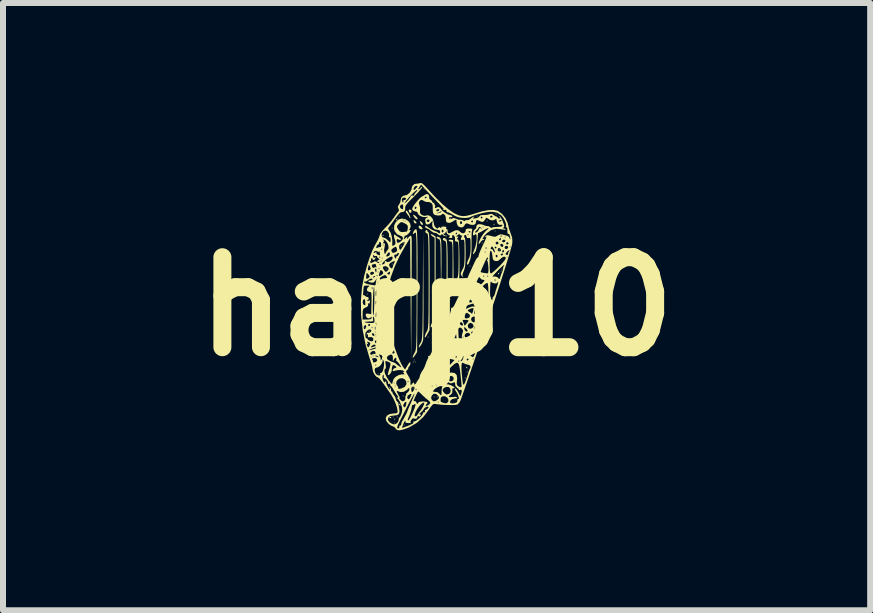
<source format=kicad_pcb>
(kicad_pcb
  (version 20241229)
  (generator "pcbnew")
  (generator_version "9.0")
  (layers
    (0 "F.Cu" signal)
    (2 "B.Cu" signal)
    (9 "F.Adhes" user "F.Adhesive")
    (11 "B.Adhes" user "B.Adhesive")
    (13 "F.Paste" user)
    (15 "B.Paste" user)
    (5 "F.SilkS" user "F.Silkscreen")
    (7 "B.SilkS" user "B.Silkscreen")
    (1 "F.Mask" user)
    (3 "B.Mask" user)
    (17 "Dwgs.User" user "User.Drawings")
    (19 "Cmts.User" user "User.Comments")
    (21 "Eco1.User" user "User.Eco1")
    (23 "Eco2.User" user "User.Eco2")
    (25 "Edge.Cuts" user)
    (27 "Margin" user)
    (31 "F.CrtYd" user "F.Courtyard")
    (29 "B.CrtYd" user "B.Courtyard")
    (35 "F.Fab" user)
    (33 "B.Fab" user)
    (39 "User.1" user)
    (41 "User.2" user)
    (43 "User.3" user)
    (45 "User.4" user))
  (footprint "harp10"
    (layer "F.Cu")
    (at 4.229 2.06)
    (property "Reference" "harp10" (at 0 0 0) (layer "F.SilkS") (effects (font (size 1.5 1.5) (thickness 0.3))))
    (attr board_only exclude_from_pos_files exclude_from_bom)
    (fp_poly (pts (xy -1.183 0.358) (xy -1.192 0.367) (xy -1.2 0.358) (xy -1.192 0.35)) (stroke (width 0) (type solid)) (fill yes) (layer "F.SilkS"))
    (fp_poly (pts (xy -1.167 0.475) (xy -1.175 0.483) (xy -1.183 0.475) (xy -1.175 0.467)) (stroke (width 0) (type solid)) (fill yes) (layer "F.SilkS"))
    (fp_poly (pts (xy -1.15 -0.208) (xy -1.158 -0.2) (xy -1.167 -0.208) (xy -1.158 -0.217)) (stroke (width 0) (type solid)) (fill yes) (layer "F.SilkS"))
    (fp_poly (pts (xy -1.117 0.408) (xy -1.125 0.417) (xy -1.133 0.408) (xy -1.125 0.4)) (stroke (width 0) (type solid)) (fill yes) (layer "F.SilkS"))
    (fp_poly (pts (xy -0.967 1.125) (xy -0.975 1.133) (xy -0.983 1.125) (xy -0.975 1.117)) (stroke (width 0) (type solid)) (fill yes) (layer "F.SilkS"))
    (fp_poly (pts (xy -0.883 0.042) (xy -0.892 0.05) (xy -0.9 0.042) (xy -0.892 0.033)) (stroke (width 0) (type solid)) (fill yes) (layer "F.SilkS"))
    (fp_poly (pts (xy -0.833 -0.625) (xy -0.842 -0.617) (xy -0.85 -0.625) (xy -0.842 -0.633)) (stroke (width 0) (type solid)) (fill yes) (layer "F.SilkS"))
    (fp_poly (pts (xy -0.833 0.442) (xy -0.842 0.45) (xy -0.85 0.442) (xy -0.842 0.433)) (stroke (width 0) (type solid)) (fill yes) (layer "F.SilkS"))
    (fp_poly (pts (xy -0.783 0.592) (xy -0.792 0.6) (xy -0.8 0.592) (xy -0.792 0.583)) (stroke (width 0) (type solid)) (fill yes) (layer "F.SilkS"))
    (fp_poly (pts (xy -0.733 -1.308) (xy -0.742 -1.3) (xy -0.75 -1.308) (xy -0.742 -1.317)) (stroke (width 0) (type solid)) (fill yes) (layer "F.SilkS"))
    (fp_poly (pts (xy -0.733 -0.708) (xy -0.742 -0.7) (xy -0.75 -0.708) (xy -0.742 -0.717)) (stroke (width 0) (type solid)) (fill yes) (layer "F.SilkS"))
    (fp_poly (pts (xy -0.717 1.842) (xy -0.725 1.85) (xy -0.733 1.842) (xy -0.725 1.833)) (stroke (width 0) (type solid)) (fill yes) (layer "F.SilkS"))
    (fp_poly (pts (xy -0.7 1.942) (xy -0.708 1.95) (xy -0.717 1.942) (xy -0.708 1.933)) (stroke (width 0) (type solid)) (fill yes) (layer "F.SilkS"))
    (fp_poly (pts (xy -0.65 1.842) (xy -0.658 1.85) (xy -0.667 1.842) (xy -0.658 1.833)) (stroke (width 0) (type solid)) (fill yes) (layer "F.SilkS"))
    (fp_poly (pts (xy -0.617 -1.508) (xy -0.625 -1.5) (xy -0.633 -1.508) (xy -0.625 -1.517)) (stroke (width 0) (type solid)) (fill yes) (layer "F.SilkS"))
    (fp_poly (pts (xy -0.583 -1.008) (xy -0.592 -1) (xy -0.6 -1.008) (xy -0.592 -1.017)) (stroke (width 0) (type solid)) (fill yes) (layer "F.SilkS"))
    (fp_poly (pts (xy -0.55 -1.058) (xy -0.558 -1.05) (xy -0.567 -1.058) (xy -0.558 -1.067)) (stroke (width 0) (type solid)) (fill yes) (layer "F.SilkS"))
    (fp_poly (pts (xy -0.55 1.492) (xy -0.558 1.5) (xy -0.567 1.492) (xy -0.558 1.483)) (stroke (width 0) (type solid)) (fill yes) (layer "F.SilkS"))
    (fp_poly (pts (xy -0.533 1.975) (xy -0.542 1.983) (xy -0.55 1.975) (xy -0.542 1.967)) (stroke (width 0) (type solid)) (fill yes) (layer "F.SilkS"))
    (fp_poly (pts (xy -0.4 -1.858) (xy -0.408 -1.85) (xy -0.417 -1.858) (xy -0.408 -1.867)) (stroke (width 0) (type solid)) (fill yes) (layer "F.SilkS"))
    (fp_poly (pts (xy -0.383 0.925) (xy -0.392 0.933) (xy -0.4 0.925) (xy -0.392 0.917)) (stroke (width 0) (type solid)) (fill yes) (layer "F.SilkS"))
    (fp_poly (pts (xy -0.383 1.358) (xy -0.392 1.367) (xy -0.4 1.358) (xy -0.392 1.35)) (stroke (width 0) (type solid)) (fill yes) (layer "F.SilkS"))
    (fp_poly (pts (xy -0.367 0.892) (xy -0.375 0.9) (xy -0.383 0.892) (xy -0.375 0.883)) (stroke (width 0) (type solid)) (fill yes) (layer "F.SilkS"))
    (fp_poly (pts (xy -0.35 0.925) (xy -0.358 0.933) (xy -0.367 0.925) (xy -0.358 0.917)) (stroke (width 0) (type solid)) (fill yes) (layer "F.SilkS"))
    (fp_poly (pts (xy -0.2 -1.958) (xy -0.208 -1.95) (xy -0.217 -1.958) (xy -0.208 -1.967)) (stroke (width 0) (type solid)) (fill yes) (layer "F.SilkS"))
    (fp_poly (pts (xy -0.133 0.508) (xy -0.142 0.517) (xy -0.15 0.508) (xy -0.142 0.5)) (stroke (width 0) (type solid)) (fill yes) (layer "F.SilkS"))
    (fp_poly (pts (xy -0.067 0.458) (xy -0.075 0.467) (xy -0.083 0.458) (xy -0.075 0.45)) (stroke (width 0) (type solid)) (fill yes) (layer "F.SilkS"))
    (fp_poly (pts (xy -0.033 1.508) (xy -0.042 1.517) (xy -0.05 1.508) (xy -0.042 1.5)) (stroke (width 0) (type solid)) (fill yes) (layer "F.SilkS"))
    (fp_poly (pts (xy 0.017 1.508) (xy 0.008 1.517) (xy 0 1.508) (xy 0.008 1.5)) (stroke (width 0) (type solid)) (fill yes) (layer "F.SilkS"))
    (fp_poly (pts (xy 0.05 0.275) (xy 0.042 0.283) (xy 0.033 0.275) (xy 0.042 0.267)) (stroke (width 0) (type solid)) (fill yes) (layer "F.SilkS"))
    (fp_poly (pts (xy 0.067 0.225) (xy 0.058 0.233) (xy 0.05 0.225) (xy 0.058 0.217)) (stroke (width 0) (type solid)) (fill yes) (layer "F.SilkS"))
    (fp_poly (pts (xy 0.233 -0.125) (xy 0.225 -0.117) (xy 0.217 -0.125) (xy 0.225 -0.133)) (stroke (width 0) (type solid)) (fill yes) (layer "F.SilkS"))
    (fp_poly (pts (xy 0.333 -0.242) (xy 0.325 -0.233) (xy 0.317 -0.242) (xy 0.325 -0.25)) (stroke (width 0) (type solid)) (fill yes) (layer "F.SilkS"))
    (fp_poly (pts (xy 0.467 -0.442) (xy 0.458 -0.433) (xy 0.45 -0.442) (xy 0.458 -0.45)) (stroke (width 0) (type solid)) (fill yes) (layer "F.SilkS"))
    (fp_poly (pts (xy 0.483 1.192) (xy 0.475 1.2) (xy 0.467 1.192) (xy 0.475 1.183)) (stroke (width 0) (type solid)) (fill yes) (layer "F.SilkS"))
    (fp_poly (pts (xy 0.517 1.092) (xy 0.508 1.1) (xy 0.5 1.092) (xy 0.508 1.083)) (stroke (width 0) (type solid)) (fill yes) (layer "F.SilkS"))
    (fp_poly (pts (xy 0.567 -0.675) (xy 0.558 -0.667) (xy 0.55 -0.675) (xy 0.558 -0.683)) (stroke (width 0) (type solid)) (fill yes) (layer "F.SilkS"))
    (fp_poly (pts (xy 0.633 0.725) (xy 0.625 0.733) (xy 0.617 0.725) (xy 0.625 0.717)) (stroke (width 0) (type solid)) (fill yes) (layer "F.SilkS"))
    (fp_poly (pts (xy 0.65 0.675) (xy 0.642 0.683) (xy 0.633 0.675) (xy 0.642 0.667)) (stroke (width 0) (type solid)) (fill yes) (layer "F.SilkS"))
    (fp_poly (pts (xy 0.683 -1.508) (xy 0.675 -1.5) (xy 0.667 -1.508) (xy 0.675 -1.517)) (stroke (width 0) (type solid)) (fill yes) (layer "F.SilkS"))
    (fp_poly (pts (xy 0.683 0.608) (xy 0.675 0.617) (xy 0.667 0.608) (xy 0.675 0.6)) (stroke (width 0) (type solid)) (fill yes) (layer "F.SilkS"))
    (fp_poly (pts (xy 0.7 0.575) (xy 0.692 0.583) (xy 0.683 0.575) (xy 0.692 0.567)) (stroke (width 0) (type solid)) (fill yes) (layer "F.SilkS"))
    (fp_poly (pts (xy 0.767 -1.058) (xy 0.758 -1.05) (xy 0.75 -1.058) (xy 0.758 -1.067)) (stroke (width 0) (type solid)) (fill yes) (layer "F.SilkS"))
    (fp_poly (pts (xy 0.767 -0.075) (xy 0.758 -0.067) (xy 0.75 -0.075) (xy 0.758 -0.083)) (stroke (width 0) (type solid)) (fill yes) (layer "F.SilkS"))
    (fp_poly (pts (xy 0.767 0.258) (xy 0.758 0.267) (xy 0.75 0.258) (xy 0.758 0.25)) (stroke (width 0) (type solid)) (fill yes) (layer "F.SilkS"))
    (fp_poly (pts (xy 0.85 -1.425) (xy 0.842 -1.417) (xy 0.833 -1.425) (xy 0.842 -1.433)) (stroke (width 0) (type solid)) (fill yes) (layer "F.SilkS"))
    (fp_poly (pts (xy 0.983 -1.258) (xy 0.975 -1.25) (xy 0.967 -1.258) (xy 0.975 -1.267)) (stroke (width 0) (type solid)) (fill yes) (layer "F.SilkS"))
    (fp_poly (pts (xy 1 -1.542) (xy 0.992 -1.533) (xy 0.983 -1.542) (xy 0.992 -1.55)) (stroke (width 0) (type solid)) (fill yes) (layer "F.SilkS"))
    (fp_poly (pts (xy 1.05 -0.942) (xy 1.042 -0.933) (xy 1.033 -0.942) (xy 1.042 -0.95)) (stroke (width 0) (type solid)) (fill yes) (layer "F.SilkS"))
    (fp_poly (pts (xy 1.083 -0.592) (xy 1.075 -0.583) (xy 1.067 -0.592) (xy 1.075 -0.6)) (stroke (width 0) (type solid)) (fill yes) (layer "F.SilkS"))
    (fp_poly (pts (xy 1.1 -0.625) (xy 1.092 -0.617) (xy 1.083 -0.625) (xy 1.092 -0.633)) (stroke (width 0) (type solid)) (fill yes) (layer "F.SilkS"))
    (fp_poly (pts (xy -0.889 -1.194) (xy -0.887 -1.175) (xy -0.889 -1.172) (xy -0.899 -1.175) (xy -0.9 -1.183) (xy -0.894 -1.197)) (stroke (width 0) (type solid)) (fill yes) (layer "F.SilkS"))
    (fp_poly (pts (xy -0.689 1.872) (xy -0.691 1.882) (xy -0.7 1.883) (xy -0.714 1.877) (xy -0.711 1.872) (xy -0.691 1.87)) (stroke (width 0) (type solid)) (fill yes) (layer "F.SilkS"))
    (fp_poly (pts (xy 0.244 -1.478) (xy 0.242 -1.468) (xy 0.233 -1.467) (xy 0.22 -1.473) (xy 0.222 -1.478) (xy 0.242 -1.48)) (stroke (width 0) (type solid)) (fill yes) (layer "F.SilkS"))
    (fp_poly (pts (xy 0.961 -1.378) (xy 0.963 -1.358) (xy 0.961 -1.356) (xy 0.951 -1.358) (xy 0.95 -1.367) (xy 0.956 -1.38)) (stroke (width 0) (type solid)) (fill yes) (layer "F.SilkS"))
    (fp_poly (pts (xy -0.766 1.842) (xy -0.751 1.856) (xy -0.768 1.861) (xy -0.774 1.861) (xy -0.791 1.854) (xy -0.79 1.847) (xy -0.77 1.84)) (stroke (width 0) (type solid)) (fill yes) (layer "F.SilkS"))
    (fp_poly (pts (xy -0.619 1.623) (xy -0.601 1.64) (xy -0.605 1.65) (xy -0.607 1.65) (xy -0.621 1.638) (xy -0.627 1.631) (xy -0.629 1.619)) (stroke (width 0) (type solid)) (fill yes) (layer "F.SilkS"))
    (fp_poly (pts (xy 0.497 1.007) (xy 0.515 1.022) (xy 0.517 1.026) (xy 0.509 1.033) (xy 0.492 1.017) (xy 0.49 1.014) (xy 0.488 1.003)) (stroke (width 0) (type solid)) (fill yes) (layer "F.SilkS"))
    (fp_poly (pts (xy -0.655 -1.456) (xy -0.658 -1.45) (xy -0.674 -1.434) (xy -0.677 -1.433) (xy -0.678 -1.444) (xy -0.675 -1.45) (xy -0.659 -1.466) (xy -0.656 -1.467)) (stroke (width 0) (type solid)) (fill yes) (layer "F.SilkS"))
    (fp_poly (pts (xy -0.42 -1.604) (xy -0.417 -1.593) (xy -0.425 -1.565) (xy -0.443 -1.56) (xy -0.457 -1.576) (xy -0.466 -1.606) (xy -0.457 -1.616) (xy -0.442 -1.617)) (stroke (width 0) (type solid)) (fill yes) (layer "F.SilkS"))
    (fp_poly (pts (xy -0.247 -1.406) (xy -0.243 -1.402) (xy -0.226 -1.373) (xy -0.231 -1.36) (xy -0.251 -1.364) (xy -0.267 -1.384) (xy -0.28 -1.418) (xy -0.272 -1.426)) (stroke (width 0) (type solid)) (fill yes) (layer "F.SilkS"))
    (fp_poly (pts (xy 1.045 -0.556) (xy 1.042 -0.55) (xy 1.026 -0.534) (xy 1.023 -0.533) (xy 1.022 -0.544) (xy 1.025 -0.55) (xy 1.041 -0.566) (xy 1.044 -0.567)) (stroke (width 0) (type solid)) (fill yes) (layer "F.SilkS"))
    (fp_poly (pts (xy -0.375 -1.527) (xy -0.35 -1.508) (xy -0.326 -1.483) (xy -0.317 -1.464) (xy -0.325 -1.451) (xy -0.348 -1.462) (xy -0.371 -1.487) (xy -0.389 -1.515) (xy -0.391 -1.531)) (stroke (width 0) (type solid)) (fill yes) (layer "F.SilkS"))
    (fp_poly (pts (xy -0.363 -1.432) (xy -0.358 -1.427) (xy -0.338 -1.403) (xy -0.333 -1.393) (xy -0.345 -1.384) (xy -0.367 -1.39) (xy -0.372 -1.394) (xy -0.383 -1.42) (xy -0.383 -1.429) (xy -0.379 -1.443)) (stroke (width 0) (type solid)) (fill yes) (layer "F.SilkS"))
    (fp_poly (pts (xy -0.263 -1.338) (xy -0.24 -1.313) (xy -0.233 -1.297) (xy -0.244 -1.285) (xy -0.278 -1.294) (xy -0.279 -1.294) (xy -0.296 -1.312) (xy -0.3 -1.336) (xy -0.289 -1.35) (xy -0.287 -1.35)) (stroke (width 0) (type solid)) (fill yes) (layer "F.SilkS"))
    (fp_poly (pts (xy -0.487 -1.587) (xy -0.467 -1.555) (xy -0.448 -1.517) (xy -0.438 -1.485) (xy -0.439 -1.472) (xy -0.449 -1.473) (xy -0.45 -1.478) (xy -0.46 -1.502) (xy -0.483 -1.533) (xy -0.511 -1.571) (xy -0.515 -1.595) (xy -0.504 -1.6)) (stroke (width 0) (type solid)) (fill yes) (layer "F.SilkS"))
    (fp_poly (pts (xy 0.058 0.083) (xy 0.05 0.127) (xy 0.048 0.154) (xy 0.04 0.184) (xy 0.032 0.192) (xy 0.024 0.188) (xy 0.028 0.173) (xy 0.031 0.154) (xy 0.019 0.157) (xy 0.003 0.159) (xy 0.001 0.141) (xy 0.013 0.112) (xy 0.035 0.081) (xy 0.069 0.042)) (stroke (width 0) (type solid)) (fill yes) (layer "F.SilkS"))
    (fp_poly (pts (xy 0.04 -1.156) (xy 0.055 -1.146) (xy 0.063 -1.138) (xy 0.069 -1.125) (xy 0.074 -1.102) (xy 0.077 -1.068) (xy 0.079 -1.018) (xy 0.081 -0.949) (xy 0.081 -0.857) (xy 0.081 -0.741) (xy 0.08 -0.595) (xy 0.079 -0.542) (xy 0.075 0.042) (xy 0.071 -0.536) (xy 0.069 -0.69) (xy 0.068 -0.814) (xy 0.067 -0.912) (xy 0.065 -0.986) (xy 0.063 -1.04) (xy 0.059 -1.077) (xy 0.055 -1.101) (xy 0.049 -1.115) (xy 0.041 -1.122) (xy 0.033 -1.125) (xy 0.006 -1.14) (xy 0 -1.151) (xy 0.011 -1.166)) (stroke (width 0) (type solid)) (fill yes) (layer "F.SilkS"))
    (fp_poly (pts (xy -0.22 -0.383) (xy -0.22 -0.212) (xy -0.219 -0.05) (xy -0.219 0.1) (xy -0.22 0.235) (xy -0.22 0.351) (xy -0.221 0.445) (xy -0.223 0.513) (xy -0.224 0.554) (xy -0.225 0.561) (xy -0.236 0.595) (xy -0.253 0.631) (xy -0.274 0.662) (xy -0.29 0.681) (xy -0.299 0.678) (xy -0.299 0.675) (xy -0.292 0.651) (xy -0.272 0.613) (xy -0.267 0.604) (xy -0.259 0.591) (xy -0.253 0.576) (xy -0.248 0.556) (xy -0.244 0.528) (xy -0.241 0.491) (xy -0.238 0.44) (xy -0.236 0.373) (xy -0.234 0.287) (xy -0.233 0.18) (xy -0.231 0.049) (xy -0.231 -0.109) (xy -0.23 -0.297) (xy -0.229 -0.363) (xy -0.225 -1.275)) (stroke (width 0) (type solid)) (fill yes) (layer "F.SilkS"))
    (fp_poly (pts (xy -0.08 -1.205) (xy -0.053 -1.19) (xy -0.017 -1.165) (xy -0.017 -0.478) (xy -0.017 -0.308) (xy -0.018 -0.168) (xy -0.018 -0.054) (xy -0.02 0.036) (xy -0.022 0.106) (xy -0.025 0.16) (xy -0.028 0.2) (xy -0.033 0.23) (xy -0.039 0.253) (xy -0.047 0.273) (xy -0.05 0.279) (xy -0.075 0.328) (xy -0.092 0.349) (xy -0.1 0.34) (xy -0.1 0.333) (xy -0.093 0.308) (xy -0.075 0.267) (xy -0.067 0.25) (xy -0.058 0.232) (xy -0.051 0.212) (xy -0.046 0.187) (xy -0.042 0.154) (xy -0.039 0.108) (xy -0.036 0.047) (xy -0.035 -0.032) (xy -0.034 -0.134) (xy -0.033 -0.261) (xy -0.033 -0.417) (xy -0.033 -0.481) (xy -0.033 -1.146) (xy -0.071 -1.171) (xy -0.095 -1.193) (xy -0.099 -1.206)) (stroke (width 0) (type solid)) (fill yes) (layer "F.SilkS"))
    (fp_poly (pts (xy 0.275 -1.108) (xy 0.28 -0.717) (xy 0.281 -0.587) (xy 0.281 -0.485) (xy 0.279 -0.408) (xy 0.276 -0.35) (xy 0.271 -0.307) (xy 0.264 -0.275) (xy 0.257 -0.254) (xy 0.238 -0.212) (xy 0.221 -0.186) (xy 0.215 -0.183) (xy 0.2 -0.191) (xy 0.2 -0.192) (xy 0.207 -0.211) (xy 0.224 -0.249) (xy 0.233 -0.267) (xy 0.244 -0.29) (xy 0.252 -0.317) (xy 0.258 -0.35) (xy 0.262 -0.396) (xy 0.265 -0.459) (xy 0.266 -0.544) (xy 0.267 -0.655) (xy 0.267 -0.708) (xy 0.267 -0.829) (xy 0.266 -0.921) (xy 0.265 -0.987) (xy 0.262 -1.033) (xy 0.258 -1.061) (xy 0.252 -1.076) (xy 0.244 -1.082) (xy 0.233 -1.083) (xy 0.206 -1.091) (xy 0.2 -1.101) (xy 0.214 -1.113) (xy 0.237 -1.114)) (stroke (width 0) (type solid)) (fill yes) (layer "F.SilkS"))
    (fp_poly (pts (xy -0.157 -1.268) (xy -0.153 -1.251) (xy -0.142 -1.244) (xy -0.136 -1.238) (xy -0.131 -1.224) (xy -0.127 -1.2) (xy -0.124 -1.161) (xy -0.122 -1.107) (xy -0.12 -1.033) (xy -0.119 -0.938) (xy -0.118 -0.819) (xy -0.117 -0.672) (xy -0.117 -0.496) (xy -0.117 -0.421) (xy -0.118 0.392) (xy -0.158 0.467) (xy -0.183 0.508) (xy -0.196 0.518) (xy -0.199 0.508) (xy -0.191 0.472) (xy -0.171 0.427) (xy -0.167 0.42) (xy -0.159 0.407) (xy -0.152 0.391) (xy -0.147 0.37) (xy -0.143 0.341) (xy -0.14 0.301) (xy -0.137 0.247) (xy -0.136 0.176) (xy -0.134 0.085) (xy -0.134 -0.029) (xy -0.133 -0.168) (xy -0.133 -0.337) (xy -0.133 -0.425) (xy -0.133 -0.612) (xy -0.134 -0.767) (xy -0.135 -0.895) (xy -0.136 -0.997) (xy -0.138 -1.076) (xy -0.14 -1.134) (xy -0.143 -1.175) (xy -0.147 -1.201) (xy -0.152 -1.214) (xy -0.157 -1.217) (xy -0.181 -1.228) (xy -0.19 -1.251) (xy -0.177 -1.272) (xy -0.173 -1.273) (xy -0.156 -1.275)) (stroke (width 0) (type solid)) (fill yes) (layer "F.SilkS"))
    (fp_poly (pts (xy -0.337 -1.286) (xy -0.332 -1.276) (xy -0.329 -1.254) (xy -0.326 -1.215) (xy -0.323 -1.158) (xy -0.321 -1.081) (xy -0.32 -0.983) (xy -0.319 -0.859) (xy -0.319 -0.71) (xy -0.319 -0.532) (xy -0.32 -0.323) (xy -0.32 -0.257) (xy -0.325 0.759) (xy -0.362 0.817) (xy -0.385 0.847) (xy -0.398 0.855) (xy -0.4 0.85) (xy -0.392 0.82) (xy -0.371 0.778) (xy -0.367 0.77) (xy -0.36 0.758) (xy -0.354 0.744) (xy -0.349 0.725) (xy -0.345 0.699) (xy -0.341 0.663) (xy -0.339 0.615) (xy -0.337 0.552) (xy -0.335 0.471) (xy -0.334 0.369) (xy -0.334 0.245) (xy -0.333 0.095) (xy -0.333 -0.084) (xy -0.333 -0.27) (xy -0.333 -0.475) (xy -0.333 -0.65) (xy -0.334 -0.797) (xy -0.334 -0.917) (xy -0.335 -1.013) (xy -0.336 -1.089) (xy -0.338 -1.146) (xy -0.341 -1.186) (xy -0.344 -1.212) (xy -0.348 -1.227) (xy -0.352 -1.233) (xy -0.358 -1.232) (xy -0.364 -1.227) (xy -0.367 -1.225) (xy -0.392 -1.207) (xy -0.398 -1.216) (xy -0.385 -1.249) (xy -0.378 -1.262) (xy -0.355 -1.287)) (stroke (width 0) (type solid)) (fill yes) (layer "F.SilkS"))
    (fp_poly (pts (xy 0.143 -1.141) (xy 0.161 -1.124) (xy 0.168 -1.108) (xy 0.173 -1.077) (xy 0.177 -1.028) (xy 0.18 -0.959) (xy 0.182 -0.865) (xy 0.183 -0.744) (xy 0.183 -0.632) (xy 0.183 -0.509) (xy 0.182 -0.395) (xy 0.181 -0.294) (xy 0.179 -0.212) (xy 0.176 -0.153) (xy 0.174 -0.123) (xy 0.174 -0.122) (xy 0.163 -0.089) (xy 0.145 -0.053) (xy 0.125 -0.022) (xy 0.108 -0.004) (xy 0.1 -0.008) (xy 0.1 -0.009) (xy 0.107 -0.034) (xy 0.124 -0.076) (xy 0.133 -0.096) (xy 0.143 -0.119) (xy 0.151 -0.143) (xy 0.157 -0.174) (xy 0.161 -0.216) (xy 0.164 -0.273) (xy 0.166 -0.348) (xy 0.166 -0.447) (xy 0.167 -0.574) (xy 0.167 -0.626) (xy 0.167 -0.762) (xy 0.166 -0.868) (xy 0.165 -0.948) (xy 0.163 -1.006) (xy 0.16 -1.046) (xy 0.156 -1.071) (xy 0.15 -1.085) (xy 0.142 -1.092) (xy 0.133 -1.095) (xy 0.104 -1.111) (xy 0.105 -1.125) (xy 0.133 -1.125) (xy 0.142 -1.117) (xy 0.15 -1.125) (xy 0.142 -1.133) (xy 0.133 -1.125) (xy 0.105 -1.125) (xy 0.106 -1.132) (xy 0.119 -1.143)) (stroke (width 0) (type solid)) (fill yes) (layer "F.SilkS"))
    (fp_poly (pts (xy -0.134 -1.865) (xy -0.124 -1.83) (xy -0.124 -1.824) (xy -0.12 -1.792) (xy -0.107 -1.783) (xy -0.085 -1.769) (xy -0.075 -1.75) (xy -0.06 -1.728) (xy -0.046 -1.727) (xy -0.036 -1.728) (xy -0.04 -1.719) (xy -0.04 -1.702) (xy -0.033 -1.7) (xy -0.022 -1.687) (xy -0.026 -1.665) (xy -0.03 -1.64) (xy -0.017 -1.642) (xy -0.014 -1.643) (xy 0.028 -1.66) (xy 0.058 -1.646) (xy 0.067 -1.633) (xy 0.097 -1.596) (xy 0.144 -1.56) (xy 0.192 -1.534) (xy 0.221 -1.527) (xy 0.252 -1.516) (xy 0.263 -1.504) (xy 0.258 -1.49) (xy 0.245 -1.493) (xy 0.219 -1.492) (xy 0.206 -1.477) (xy 0.216 -1.459) (xy 0.217 -1.458) (xy 0.243 -1.458) (xy 0.258 -1.466) (xy 0.284 -1.476) (xy 0.321 -1.465) (xy 0.328 -1.462) (xy 0.367 -1.447) (xy 0.396 -1.446) (xy 0.426 -1.443) (xy 0.441 -1.434) (xy 0.466 -1.425) (xy 0.467 -1.425) (xy 0.574 -1.425) (xy 0.575 -1.417) (xy 0.589 -1.401) (xy 0.592 -1.4) (xy 0.605 -1.412) (xy 0.608 -1.417) (xy 0.604 -1.431) (xy 0.592 -1.433) (xy 0.574 -1.425) (xy 0.467 -1.425) (xy 0.474 -1.432) (xy 0.496 -1.442) (xy 0.508 -1.439) (xy 0.536 -1.443) (xy 0.569 -1.465) (xy 0.601 -1.49) (xy 0.624 -1.5) (xy 0.628 -1.493) (xy 0.617 -1.483) (xy 0.6 -1.47) (xy 0.613 -1.467) (xy 0.617 -1.467) (xy 0.664 -1.473) (xy 0.69 -1.483) (xy 0.733 -1.483) (xy 0.746 -1.467) (xy 0.75 -1.467) (xy 0.766 -1.479) (xy 0.767 -1.483) (xy 0.754 -1.5) (xy 0.75 -1.5) (xy 0.892 -1.5) (xy 0.895 -1.486) (xy 0.907 -1.483) (xy 0.93 -1.492) (xy 0.933 -1.5) (xy 0.921 -1.516) (xy 0.918 -1.517) (xy 0.895 -1.505) (xy 0.892 -1.5) (xy 0.75 -1.5) (xy 0.734 -1.487) (xy 0.733 -1.483) (xy 0.69 -1.483) (xy 0.701 -1.488) (xy 0.717 -1.507) (xy 0.717 -1.507) (xy 0.732 -1.521) (xy 0.777 -1.526) (xy 0.787 -1.525) (xy 0.839 -1.528) (xy 0.879 -1.537) (xy 0.887 -1.54) (xy 0.918 -1.546) (xy 0.946 -1.528) (xy 0.977 -1.507) (xy 0.997 -1.5) (xy 1.016 -1.489) (xy 1.017 -1.483) (xy 1.03 -1.469) (xy 1.044 -1.467) (xy 1.061 -1.47) (xy 1.055 -1.487) (xy 1.048 -1.496) (xy 1.034 -1.516) (xy 1.042 -1.512) (xy 1.052 -1.504) (xy 1.074 -1.476) (xy 1.098 -1.43) (xy 1.108 -1.406) (xy 1.125 -1.358) (xy 1.127 -1.332) (xy 1.117 -1.317) (xy 1.115 -1.315) (xy 1.102 -1.303) (xy 1.121 -1.3) (xy 1.146 -1.293) (xy 1.15 -1.285) (xy 1.136 -1.279) (xy 1.099 -1.283) (xy 1.084 -1.287) (xy 0.992 -1.297) (xy 0.911 -1.275) (xy 0.836 -1.222) (xy 0.831 -1.216) (xy 0.795 -1.177) (xy 0.773 -1.144) (xy 0.765 -1.124) (xy 0.776 -1.121) (xy 0.786 -1.127) (xy 0.797 -1.129) (xy 0.793 -1.118) (xy 0.776 -1.105) (xy 0.77 -1.107) (xy 0.756 -1.102) (xy 0.733 -1.075) (xy 0.731 -1.071) (xy 0.709 -1.044) (xy 0.7 -1.043) (xy 0.702 -1.063) (xy 0.715 -1.099) (xy 0.737 -1.145) (xy 0.743 -1.156) (xy 0.777 -1.208) (xy 0.813 -1.252) (xy 0.829 -1.267) (xy 0.86 -1.294) (xy 0.864 -1.307) (xy 0.846 -1.303) (xy 0.807 -1.285) (xy 0.779 -1.268) (xy 0.736 -1.242) (xy 0.705 -1.228) (xy 0.695 -1.227) (xy 0.691 -1.215) (xy 0.686 -1.177) (xy 0.682 -1.12) (xy 0.68 -1.094) (xy 0.671 -1) (xy 0.656 -0.935) (xy 0.643 -0.909) (xy 0.619 -0.877) (xy 0.607 -0.873) (xy 0.609 -0.895) (xy 0.625 -0.939) (xy 0.632 -0.956) (xy 0.648 -1.002) (xy 0.66 -1.056) (xy 0.667 -1.111) (xy 0.668 -1.159) (xy 0.665 -1.194) (xy 0.655 -1.208) (xy 0.647 -1.203) (xy 0.62 -1.185) (xy 0.607 -1.196) (xy 0.607 -1.228) (xy 0.612 -1.243) (xy 0.64 -1.243) (xy 0.642 -1.234) (xy 0.656 -1.233) (xy 0.682 -1.247) (xy 0.701 -1.277) (xy 0.715 -1.306) (xy 0.732 -1.308) (xy 0.746 -1.299) (xy 0.762 -1.288) (xy 0.755 -1.298) (xy 0.744 -1.309) (xy 0.724 -1.325) (xy 0.767 -1.325) (xy 0.775 -1.317) (xy 0.783 -1.325) (xy 0.775 -1.333) (xy 0.767 -1.325) (xy 0.724 -1.325) (xy 0.719 -1.329) (xy 0.706 -1.323) (xy 0.705 -1.32) (xy 0.687 -1.293) (xy 0.662 -1.266) (xy 0.64 -1.243) (xy 0.612 -1.243) (xy 0.618 -1.265) (xy 0.635 -1.282) (xy 0.657 -1.303) (xy 0.66 -1.312) (xy 0.666 -1.349) (xy 0.682 -1.366) (xy 0.703 -1.372) (xy 0.743 -1.371) (xy 0.786 -1.357) (xy 0.824 -1.342) (xy 0.848 -1.341) (xy 0.849 -1.341) (xy 0.871 -1.338) (xy 0.89 -1.324) (xy 0.911 -1.309) (xy 0.917 -1.312) (xy 0.932 -1.32) (xy 0.97 -1.325) (xy 1.003 -1.326) (xy 1.062 -1.329) (xy 1.092 -1.341) (xy 1.097 -1.348) (xy 1.095 -1.364) (xy 1.076 -1.361) (xy 1.041 -1.363) (xy 1.013 -1.389) (xy 1.003 -1.423) (xy 1.033 -1.423) (xy 1.047 -1.417) (xy 1.058 -1.417) (xy 1.081 -1.425) (xy 1.083 -1.433) (xy 1.071 -1.442) (xy 1.058 -1.439) (xy 1.036 -1.428) (xy 1.033 -1.423) (xy 1.003 -1.423) (xy 1 -1.431) (xy 1 -1.435) (xy 0.996 -1.461) (xy 0.983 -1.456) (xy 0.98 -1.453) (xy 0.94 -1.435) (xy 0.893 -1.442) (xy 0.861 -1.463) (xy 0.835 -1.48) (xy 0.822 -1.472) (xy 0.821 -1.471) (xy 0.804 -1.442) (xy 0.789 -1.425) (xy 0.768 -1.41) (xy 0.743 -1.413) (xy 0.716 -1.426) (xy 0.682 -1.44) (xy 0.665 -1.443) (xy 0.665 -1.442) (xy 0.659 -1.419) (xy 0.658 -1.417) (xy 0.652 -1.387) (xy 0.652 -1.385) (xy 0.635 -1.367) (xy 0.6 -1.36) (xy 0.56 -1.365) (xy 0.541 -1.374) (xy 0.502 -1.388) (xy 0.474 -1.371) (xy 0.462 -1.346) (xy 0.438 -1.322) (xy 0.401 -1.319) (xy 0.363 -1.335) (xy 0.357 -1.34) (xy 0.339 -1.375) (xy 0.335 -1.397) (xy 0.388 -1.397) (xy 0.397 -1.377) (xy 0.416 -1.375) (xy 0.417 -1.375) (xy 0.425 -1.396) (xy 0.422 -1.41) (xy 0.407 -1.425) (xy 0.396 -1.419) (xy 0.388 -1.397) (xy 0.335 -1.397) (xy 0.333 -1.407) (xy 0.331 -1.439) (xy 0.32 -1.447) (xy 0.293 -1.433) (xy 0.269 -1.416) (xy 0.226 -1.396) (xy 0.187 -1.395) (xy 0.161 -1.414) (xy 0.157 -1.429) (xy 0.154 -1.462) (xy 0.152 -1.49) (xy 0.142 -1.52) (xy 0.12 -1.541) (xy 0.098 -1.546) (xy 0.086 -1.534) (xy 0.067 -1.521) (xy 0.029 -1.517) (xy -0.013 -1.522) (xy -0.045 -1.536) (xy -0.049 -1.541) (xy -0.055 -1.556) (xy -0.008 -1.556) (xy -0.001 -1.555) (xy 0.024 -1.556) (xy 0.062 -1.565) (xy 0.079 -1.583) (xy 0.08 -1.598) (xy 0.072 -1.589) (xy 0.046 -1.571) (xy 0.017 -1.562) (xy -0.008 -1.556) (xy -0.055 -1.556) (xy -0.061 -1.572) (xy -0.063 -1.597) (xy -0.007 -1.597) (xy 0.014 -1.587) (xy 0.038 -1.599) (xy 0.046 -1.612) (xy 0.038 -1.624) (xy 0.018 -1.622) (xy -0.005 -1.609) (xy -0.007 -1.597) (xy -0.063 -1.597) (xy -0.065 -1.62) (xy -0.064 -1.634) (xy -0.065 -1.686) (xy -0.08 -1.717) (xy -0.092 -1.727) (xy -0.126 -1.742) (xy -0.148 -1.742) (xy -0.178 -1.744) (xy -0.213 -1.76) (xy -0.244 -1.777) (xy -0.265 -1.774) (xy -0.28 -1.761) (xy -0.297 -1.734) (xy -0.291 -1.702) (xy -0.287 -1.692) (xy -0.275 -1.644) (xy -0.277 -1.602) (xy -0.278 -1.561) (xy -0.254 -1.532) (xy -0.249 -1.528) (xy -0.207 -1.511) (xy -0.185 -1.515) (xy -0.141 -1.522) (xy -0.099 -1.502) (xy -0.066 -1.462) (xy -0.05 -1.409) (xy -0.049 -1.397) (xy -0.04 -1.354) (xy -0.016 -1.317) (xy 0.012 -1.3) (xy 0.014 -1.3) (xy 0.032 -1.313) (xy 0.033 -1.319) (xy 0.043 -1.326) (xy 0.062 -1.315) (xy 0.08 -1.302) (xy 0.077 -1.312) (xy 0.078 -1.328) (xy 0.108 -1.333) (xy 0.117 -1.333) (xy 0.153 -1.33) (xy 0.163 -1.316) (xy 0.16 -1.307) (xy 0.159 -1.29) (xy 0.167 -1.292) (xy 0.179 -1.286) (xy 0.183 -1.259) (xy 0.189 -1.226) (xy 0.209 -1.219) (xy 0.248 -1.237) (xy 0.261 -1.245) (xy 0.319 -1.272) (xy 0.364 -1.269) (xy 0.389 -1.248) (xy 0.42 -1.224) (xy 0.453 -1.222) (xy 0.478 -1.24) (xy 0.481 -1.251) (xy 0.533 -1.251) (xy 0.545 -1.234) (xy 0.55 -1.233) (xy 0.566 -1.239) (xy 0.567 -1.241) (xy 0.555 -1.255) (xy 0.55 -1.258) (xy 0.535 -1.257) (xy 0.533 -1.251) (xy 0.481 -1.251) (xy 0.483 -1.262) (xy 0.488 -1.288) (xy 0.509 -1.298) (xy 0.543 -1.3) (xy 0.582 -1.298) (xy 0.595 -1.288) (xy 0.591 -1.271) (xy 0.586 -1.243) (xy 0.583 -1.19) (xy 0.582 -1.12) (xy 0.582 -1.053) (xy 0.582 -0.95) (xy 0.577 -0.87) (xy 0.566 -0.805) (xy 0.557 -0.773) (xy 0.537 -0.72) (xy 0.521 -0.697) (xy 0.511 -0.699) (xy 0.506 -0.724) (xy 0.522 -0.769) (xy 0.53 -0.785) (xy 0.549 -0.827) (xy 0.56 -0.873) (xy 0.566 -0.933) (xy 0.567 -1.003) (xy 0.566 -1.073) (xy 0.564 -1.117) (xy 0.558 -1.139) (xy 0.548 -1.145) (xy 0.533 -1.142) (xy 0.507 -1.14) (xy 0.5 -1.163) (xy 0.49 -1.189) (xy 0.477 -1.194) (xy 0.459 -1.183) (xy 0.46 -1.157) (xy 0.472 -1.139) (xy 0.476 -1.119) (xy 0.479 -1.072) (xy 0.482 -1.005) (xy 0.483 -0.923) (xy 0.483 -0.893) (xy 0.482 -0.793) (xy 0.479 -0.72) (xy 0.474 -0.666) (xy 0.465 -0.625) (xy 0.452 -0.59) (xy 0.451 -0.589) (xy 0.433 -0.541) (xy 0.432 -0.511) (xy 0.439 -0.498) (xy 0.449 -0.486) (xy 0.435 -0.494) (xy 0.429 -0.499) (xy 0.405 -0.526) (xy 0.404 -0.56) (xy 0.426 -0.608) (xy 0.433 -0.62) (xy 0.447 -0.647) (xy 0.457 -0.678) (xy 0.462 -0.721) (xy 0.465 -0.781) (xy 0.467 -0.866) (xy 0.467 -0.898) (xy 0.466 -0.987) (xy 0.465 -1.049) (xy 0.462 -1.087) (xy 0.457 -1.107) (xy 0.448 -1.114) (xy 0.435 -1.112) (xy 0.433 -1.112) (xy 0.407 -1.111) (xy 0.404 -1.131) (xy 0.417 -1.162) (xy 0.425 -1.171) (xy 0.427 -1.181) (xy 0.412 -1.183) (xy 0.388 -1.193) (xy 0.385 -1.2) (xy 0.517 -1.2) (xy 0.523 -1.186) (xy 0.528 -1.189) (xy 0.53 -1.209) (xy 0.528 -1.211) (xy 0.518 -1.209) (xy 0.517 -1.2) (xy 0.385 -1.2) (xy 0.383 -1.204) (xy 0.378 -1.215) (xy 0.371 -1.207) (xy 0.345 -1.184) (xy 0.333 -1.179) (xy 0.32 -1.171) (xy 0.339 -1.168) (xy 0.34 -1.168) (xy 0.361 -1.163) (xy 0.353 -1.146) (xy 0.349 -1.141) (xy 0.336 -1.121) (xy 0.348 -1.119) (xy 0.351 -1.12) (xy 0.36 -1.117) (xy 0.367 -1.1) (xy 0.372 -1.067) (xy 0.375 -1.012) (xy 0.378 -0.931) (xy 0.38 -0.825) (xy 0.381 -0.725) (xy 0.381 -0.633) (xy 0.38 -0.556) (xy 0.378 -0.5) (xy 0.375 -0.475) (xy 0.364 -0.441) (xy 0.346 -0.405) (xy 0.326 -0.374) (xy 0.309 -0.356) (xy 0.301 -0.36) (xy 0.3 -0.363) (xy 0.308 -0.389) (xy 0.326 -0.431) (xy 0.333 -0.446) (xy 0.346 -0.472) (xy 0.355 -0.501) (xy 0.361 -0.54) (xy 0.364 -0.593) (xy 0.366 -0.666) (xy 0.367 -0.766) (xy 0.367 -0.796) (xy 0.367 -0.9) (xy 0.366 -0.975) (xy 0.364 -1.026) (xy 0.36 -1.058) (xy 0.354 -1.075) (xy 0.345 -1.082) (xy 0.332 -1.083) (xy 0.332 -1.083) (xy 0.306 -1.09) (xy 0.306 -1.11) (xy 0.308 -1.14) (xy 0.297 -1.171) (xy 0.28 -1.191) (xy 0.267 -1.192) (xy 0.258 -1.17) (xy 0.26 -1.159) (xy 0.257 -1.142) (xy 0.239 -1.142) (xy 0.209 -1.147) (xy 0.2 -1.149) (xy 0.204 -1.157) (xy 0.215 -1.165) (xy 0.226 -1.178) (xy 0.207 -1.189) (xy 0.202 -1.191) (xy 0.172 -1.216) (xy 0.171 -1.217) (xy 0.317 -1.217) (xy 0.322 -1.2) (xy 0.324 -1.2) (xy 0.338 -1.212) (xy 0.342 -1.217) (xy 0.34 -1.232) (xy 0.334 -1.233) (xy 0.317 -1.221) (xy 0.317 -1.217) (xy 0.171 -1.217) (xy 0.165 -1.239) (xy 0.162 -1.261) (xy 0.157 -1.251) (xy 0.155 -1.246) (xy 0.141 -1.221) (xy 0.132 -1.217) (xy 0.115 -1.21) (xy 0.121 -1.195) (xy 0.142 -1.183) (xy 0.154 -1.181) (xy 0.179 -1.179) (xy 0.171 -1.174) (xy 0.159 -1.171) (xy 0.123 -1.177) (xy 0.105 -1.193) (xy 0.089 -1.209) (xy 0.083 -1.203) (xy 0.072 -1.186) (xy 0.046 -1.187) (xy 0.018 -1.207) (xy 0.016 -1.209) (xy -0.011 -1.227) (xy -0.026 -1.227) (xy -0.051 -1.232) (xy -0.086 -1.254) (xy -0.091 -1.259) (xy -0.126 -1.287) (xy -0.155 -1.3) (xy -0.157 -1.3) (xy -0.182 -1.313) (xy -0.189 -1.325) (xy -0.193 -1.346) (xy -0.178 -1.345) (xy -0.142 -1.322) (xy -0.125 -1.309) (xy -0.078 -1.279) (xy -0.033 -1.259) (xy -0.027 -1.257) (xy 0.009 -1.244) (xy 0.026 -1.231) (xy 0.045 -1.217) (xy 0.058 -1.232) (xy 0.06 -1.247) (xy 0.055 -1.258) (xy 0.083 -1.258) (xy 0.092 -1.236) (xy 0.1 -1.233) (xy 0.115 -1.247) (xy 0.117 -1.258) (xy 0.108 -1.281) (xy 0.1 -1.283) (xy 0.085 -1.27) (xy 0.083 -1.258) (xy 0.055 -1.258) (xy 0.049 -1.271) (xy 0.015 -1.278) (xy -0.039 -1.29) (xy -0.069 -1.326) (xy -0.074 -1.381) (xy -0.073 -1.386) (xy -0.067 -1.422) (xy -0.071 -1.429) (xy -0.087 -1.41) (xy -0.091 -1.404) (xy -0.12 -1.378) (xy -0.153 -1.367) (xy -0.177 -1.374) (xy -0.183 -1.39) (xy -0.189 -1.428) (xy -0.192 -1.437) (xy -0.192 -1.44) (xy -0.165 -1.44) (xy -0.161 -1.417) (xy -0.156 -1.412) (xy -0.135 -1.408) (xy -0.118 -1.425) (xy -0.117 -1.434) (xy -0.13 -1.448) (xy -0.142 -1.45) (xy -0.165 -1.44) (xy -0.192 -1.44) (xy -0.186 -1.463) (xy -0.163 -1.481) (xy -0.141 -1.493) (xy -0.145 -1.496) (xy -0.179 -1.491) (xy -0.227 -1.492) (xy -0.273 -1.51) (xy -0.307 -1.538) (xy -0.316 -1.562) (xy -0.33 -1.58) (xy -0.348 -1.583) (xy -0.385 -1.595) (xy -0.4 -1.608) (xy -0.408 -1.626) (xy -0.404 -1.641) (xy -0.367 -1.641) (xy -0.359 -1.623) (xy -0.35 -1.625) (xy -0.334 -1.646) (xy -0.333 -1.651) (xy -0.346 -1.666) (xy -0.35 -1.667) (xy -0.365 -1.653) (xy -0.367 -1.641) (xy -0.404 -1.641) (xy -0.401 -1.65) (xy -0.378 -1.688) (xy -0.349 -1.727) (xy -0.309 -1.775) (xy -0.274 -1.812) (xy -0.268 -1.816) (xy -0.198 -1.816) (xy -0.192 -1.802) (xy -0.184 -1.802) (xy -0.166 -1.817) (xy -0.165 -1.821) (xy -0.176 -1.834) (xy -0.193 -1.825) (xy -0.198 -1.816) (xy -0.268 -1.816) (xy -0.251 -1.829) (xy -0.251 -1.829) (xy -0.216 -1.848) (xy -0.198 -1.861) (xy -0.162 -1.877)) (stroke (width 0) (type solid)) (fill yes) (layer "F.SilkS"))
    (fp_poly (pts (xy -0.233 -2.046) (xy -0.197 -2.013) (xy -0.146 -1.958) (xy -0.145 -1.957) (xy -0.016 -1.817) (xy 0.098 -1.705) (xy 0.198 -1.62) (xy 0.286 -1.559) (xy 0.363 -1.522) (xy 0.409 -1.51) (xy 0.453 -1.507) (xy 0.506 -1.513) (xy 0.575 -1.531) (xy 0.626 -1.547) (xy 0.755 -1.586) (xy 0.86 -1.606) (xy 0.944 -1.61) (xy 1.01 -1.597) (xy 1.026 -1.59) (xy 1.092 -1.543) (xy 1.148 -1.474) (xy 1.184 -1.394) (xy 1.192 -1.362) (xy 1.206 -1.302) (xy 1.228 -1.236) (xy 1.237 -1.212) (xy 1.259 -1.148) (xy 1.263 -1.086) (xy 1.26 -1.046) (xy 1.252 -1.01) (xy 1.234 -0.947) (xy 1.209 -0.861) (xy 1.177 -0.756) (xy 1.14 -0.637) (xy 1.099 -0.508) (xy 1.056 -0.373) (xy 1.011 -0.236) (xy 0.967 -0.103) (xy 0.924 0.024) (xy 0.884 0.139) (xy 0.88 0.15) (xy 0.853 0.229) (xy 0.825 0.311) (xy 0.803 0.38) (xy 0.8 0.392) (xy 0.788 0.428) (xy 0.768 0.491) (xy 0.739 0.576) (xy 0.705 0.678) (xy 0.666 0.792) (xy 0.625 0.913) (xy 0.582 1.038) (xy 0.54 1.16) (xy 0.501 1.275) (xy 0.465 1.378) (xy 0.435 1.464) (xy 0.412 1.53) (xy 0.4 1.563) (xy 0.377 1.605) (xy 0.35 1.633) (xy 0.348 1.634) (xy 0.32 1.64) (xy 0.267 1.643) (xy 0.198 1.642) (xy 0.123 1.64) (xy 0.051 1.634) (xy -0.01 1.627) (xy -0.028 1.624) (xy -0.05 1.625) (xy -0.074 1.643) (xy -0.103 1.681) (xy -0.131 1.723) (xy -0.223 1.843) (xy -0.332 1.941) (xy -0.453 2.012) (xy -0.483 2.025) (xy -0.563 2.053) (xy -0.619 2.064) (xy -0.656 2.06) (xy -0.679 2.04) (xy -0.683 2.033) (xy -0.702 2.012) (xy -0.658 2.012) (xy -0.655 2.029) (xy -0.638 2.033) (xy -0.621 2.023) (xy -0.622 2.015) (xy -0.574 2.015) (xy -0.57 2.025) (xy -0.562 2.022) (xy -0.538 2.01) (xy -0.533 2.009) (xy -0.514 2.003) (xy -0.475 1.988) (xy -0.446 1.976) (xy -0.399 1.953) (xy -0.384 1.936) (xy -0.388 1.93) (xy -0.394 1.92) (xy -0.374 1.917) (xy -0.346 1.907) (xy -0.31 1.881) (xy -0.273 1.848) (xy -0.243 1.814) (xy -0.228 1.787) (xy -0.229 1.777) (xy -0.228 1.768) (xy -0.217 1.769) (xy -0.197 1.762) (xy -0.194 1.745) (xy -0.192 1.724) (xy -0.188 1.723) (xy -0.172 1.72) (xy -0.15 1.702) (xy -0.134 1.682) (xy -0.133 1.677) (xy -0.145 1.668) (xy -0.171 1.673) (xy -0.197 1.687) (xy -0.209 1.703) (xy -0.229 1.734) (xy -0.262 1.766) (xy -0.287 1.789) (xy -0.286 1.799) (xy -0.277 1.8) (xy -0.258 1.804) (xy -0.268 1.821) (xy -0.27 1.823) (xy -0.292 1.837) (xy -0.304 1.827) (xy -0.314 1.821) (xy -0.316 1.836) (xy -0.329 1.864) (xy -0.356 1.874) (xy -0.379 1.865) (xy -0.399 1.864) (xy -0.422 1.89) (xy -0.438 1.922) (xy -0.432 1.936) (xy -0.429 1.938) (xy -0.43 1.942) (xy -0.457 1.943) (xy -0.469 1.943) (xy -0.509 1.939) (xy -0.522 1.926) (xy -0.52 1.917) (xy -0.519 1.902) (xy -0.529 1.908) (xy -0.545 1.935) (xy -0.563 1.977) (xy -0.564 1.98) (xy -0.574 2.015) (xy -0.622 2.015) (xy -0.623 2.009) (xy -0.621 1.989) (xy -0.612 1.988) (xy -0.594 1.978) (xy -0.591 1.967) (xy -0.584 1.933) (xy -0.581 1.925) (xy -0.561 1.891) (xy -0.482 1.891) (xy -0.477 1.899) (xy -0.471 1.9) (xy -0.459 1.886) (xy -0.437 1.848) (xy -0.422 1.819) (xy -0.367 1.819) (xy -0.358 1.833) (xy -0.338 1.826) (xy -0.317 1.801) (xy -0.293 1.764) (xy -0.279 1.747) (xy -0.254 1.714) (xy -0.229 1.672) (xy -0.211 1.634) (xy -0.205 1.608) (xy -0.206 1.605) (xy -0.227 1.604) (xy -0.257 1.626) (xy -0.292 1.664) (xy -0.325 1.712) (xy -0.351 1.761) (xy -0.365 1.805) (xy -0.367 1.819) (xy -0.422 1.819) (xy -0.411 1.795) (xy -0.404 1.781) (xy -0.37 1.703) (xy -0.353 1.65) (xy -0.352 1.625) (xy -0.367 1.627) (xy -0.372 1.631) (xy -0.395 1.643) (xy -0.402 1.642) (xy -0.41 1.649) (xy -0.413 1.663) (xy -0.425 1.734) (xy -0.45 1.805) (xy -0.456 1.82) (xy -0.476 1.867) (xy -0.482 1.891) (xy -0.561 1.891) (xy -0.557 1.885) (xy -0.531 1.837) (xy -0.507 1.793) (xy -0.492 1.76) (xy -0.488 1.75) (xy -0.482 1.731) (xy -0.467 1.694) (xy -0.462 1.683) (xy -0.418 1.583) (xy -0.415 1.575) (xy -0.383 1.575) (xy -0.373 1.578) (xy -0.367 1.575) (xy -0.349 1.58) (xy -0.336 1.602) (xy -0.325 1.626) (xy -0.316 1.62) (xy -0.312 1.611) (xy -0.293 1.592) (xy -0.251 1.584) (xy -0.226 1.583) (xy -0.175 1.588) (xy -0.151 1.6) (xy -0.156 1.617) (xy -0.167 1.625) (xy -0.183 1.647) (xy -0.183 1.652) (xy -0.172 1.658) (xy -0.148 1.649) (xy -0.121 1.63) (xy -0.107 1.614) (xy -0.111 1.592) (xy -0.111 1.592) (xy 0.017 1.592) (xy 0.025 1.6) (xy 0.033 1.592) (xy 0.025 1.583) (xy 0.017 1.592) (xy -0.111 1.592) (xy -0.123 1.579) (xy 0.066 1.579) (xy 0.079 1.593) (xy 0.103 1.603) (xy 0.134 1.611) (xy 0.144 1.615) (xy 0.16 1.611) (xy 0.174 1.607) (xy 0.197 1.583) (xy 0.195 1.548) (xy 0.175 1.516) (xy 0.142 1.497) (xy 0.104 1.496) (xy 0.075 1.512) (xy 0.067 1.535) (xy 0.066 1.568) (xy 0.066 1.579) (xy -0.123 1.579) (xy -0.138 1.564) (xy -0.143 1.56) (xy -0.187 1.525) (xy -0.188 1.523) (xy -0.092 1.523) (xy -0.083 1.55) (xy -0.056 1.579) (xy -0.02 1.577) (xy 0.015 1.554) (xy 0.039 1.53) (xy 0.038 1.509) (xy 0.025 1.488) (xy -0.011 1.456) (xy -0.049 1.455) (xy -0.08 1.484) (xy -0.092 1.523) (xy -0.188 1.523) (xy -0.234 1.481) (xy -0.244 1.471) (xy -0.278 1.438) (xy -0.302 1.419) (xy -0.307 1.417) (xy -0.317 1.43) (xy -0.336 1.464) (xy -0.356 1.506) (xy -0.374 1.545) (xy -0.383 1.572) (xy -0.383 1.575) (xy -0.415 1.575) (xy -0.388 1.51) (xy -0.371 1.465) (xy -0.368 1.449) (xy -0.379 1.461) (xy -0.404 1.503) (xy -0.442 1.574) (xy -0.473 1.633) (xy -0.515 1.717) (xy -0.555 1.796) (xy -0.59 1.864) (xy -0.614 1.911) (xy -0.617 1.917) (xy -0.646 1.976) (xy -0.658 2.012) (xy -0.702 2.012) (xy -0.707 2.007) (xy -0.724 2) (xy -0.751 1.99) (xy -0.789 1.965) (xy -0.799 1.957) (xy -0.839 1.908) (xy -0.849 1.861) (xy -0.83 1.821) (xy -0.786 1.794) (xy -0.72 1.783) (xy -0.675 1.781) (xy -0.655 1.771) (xy -0.65 1.749) (xy -0.659 1.69) (xy -0.684 1.616) (xy -0.719 1.537) (xy -0.761 1.464) (xy -0.765 1.459) (xy -0.834 1.36) (xy -0.886 1.287) (xy -0.925 1.235) (xy -0.952 1.203) (xy -0.97 1.187) (xy -0.978 1.184) (xy -0.981 1.182) (xy -0.905 1.182) (xy -0.896 1.221) (xy -0.88 1.254) (xy -0.862 1.267) (xy -0.856 1.256) (xy -0.86 1.246) (xy -0.863 1.234) (xy -0.857 1.239) (xy -0.842 1.26) (xy -0.841 1.264) (xy -0.834 1.294) (xy -0.817 1.332) (xy -0.797 1.366) (xy -0.781 1.383) (xy -0.779 1.383) (xy -0.775 1.373) (xy -0.785 1.354) (xy -0.8 1.334) (xy -0.791 1.338) (xy -0.78 1.347) (xy -0.761 1.374) (xy -0.761 1.393) (xy -0.758 1.413) (xy -0.749 1.417) (xy -0.736 1.422) (xy -0.738 1.427) (xy -0.735 1.445) (xy -0.716 1.472) (xy -0.692 1.507) (xy -0.683 1.534) (xy -0.671 1.569) (xy -0.659 1.583) (xy -0.639 1.605) (xy -0.637 1.614) (xy -0.635 1.636) (xy -0.628 1.677) (xy -0.626 1.686) (xy -0.618 1.751) (xy -0.629 1.792) (xy -0.662 1.812) (xy -0.707 1.817) (xy -0.769 1.825) (xy -0.805 1.849) (xy -0.812 1.887) (xy -0.809 1.897) (xy -0.786 1.928) (xy -0.746 1.955) (xy -0.711 1.966) (xy -0.687 1.959) (xy -0.666 1.949) (xy -0.64 1.919) (xy -0.633 1.891) (xy -0.628 1.86) (xy -0.619 1.85) (xy -0.606 1.835) (xy -0.591 1.799) (xy -0.584 1.778) (xy -0.573 1.726) (xy -0.577 1.682) (xy -0.584 1.659) (xy -0.556 1.659) (xy -0.539 1.682) (xy -0.522 1.673) (xy -0.509 1.64) (xy -0.504 1.605) (xy -0.506 1.589) (xy -0.522 1.591) (xy -0.541 1.612) (xy -0.555 1.639) (xy -0.556 1.659) (xy -0.584 1.659) (xy -0.593 1.633) (xy -0.615 1.584) (xy -0.639 1.546) (xy -0.647 1.538) (xy -0.663 1.521) (xy -0.651 1.517) (xy -0.638 1.512) (xy -0.649 1.492) (xy -0.653 1.488) (xy -0.676 1.455) (xy -0.706 1.408) (xy -0.707 1.406) (xy -0.665 1.406) (xy -0.661 1.427) (xy -0.638 1.471) (xy -0.633 1.48) (xy -0.616 1.512) (xy -0.616 1.525) (xy -0.62 1.523) (xy -0.626 1.525) (xy -0.612 1.545) (xy -0.61 1.547) (xy -0.582 1.575) (xy -0.561 1.581) (xy -0.535 1.568) (xy -0.52 1.542) (xy -0.522 1.527) (xy -0.522 1.521) (xy -0.49 1.521) (xy -0.488 1.528) (xy -0.472 1.549) (xy -0.452 1.536) (xy -0.436 1.508) (xy -0.42 1.47) (xy -0.421 1.456) (xy -0.439 1.459) (xy -0.446 1.462) (xy -0.483 1.487) (xy -0.49 1.521) (xy -0.522 1.521) (xy -0.522 1.5) (xy -0.516 1.491) (xy -0.506 1.472) (xy -0.509 1.466) (xy -0.504 1.448) (xy -0.487 1.436) (xy -0.462 1.407) (xy -0.456 1.387) (xy -0.423 1.387) (xy -0.42 1.407) (xy -0.412 1.429) (xy -0.401 1.423) (xy -0.391 1.41) (xy -0.059 1.41) (xy -0.053 1.422) (xy -0.029 1.422) (xy 0.016 1.429) (xy 0.041 1.449) (xy 0.068 1.477) (xy 0.08 1.477) (xy 0.082 1.447) (xy 0.082 1.429) (xy 0.083 1.391) (xy 0.1 1.391) (xy 0.111 1.421) (xy 0.137 1.451) (xy 0.163 1.466) (xy 0.166 1.467) (xy 0.193 1.461) (xy 0.207 1.457) (xy 0.229 1.433) (xy 0.234 1.396) (xy 0.223 1.361) (xy 0.201 1.342) (xy 0.161 1.341) (xy 0.124 1.357) (xy 0.102 1.382) (xy 0.1 1.391) (xy 0.083 1.391) (xy 0.084 1.381) (xy 0.092 1.344) (xy 0.097 1.322) (xy 0.081 1.32) (xy 0.065 1.324) (xy 0.021 1.342) (xy -0.017 1.365) (xy -0.045 1.39) (xy -0.059 1.41) (xy -0.391 1.41) (xy -0.389 1.408) (xy -0.376 1.383) (xy -0.35 1.383) (xy -0.344 1.397) (xy -0.339 1.394) (xy -0.337 1.375) (xy -0.339 1.372) (xy -0.349 1.375) (xy -0.35 1.383) (xy -0.376 1.383) (xy -0.371 1.374) (xy -0.367 1.355) (xy -0.378 1.337) (xy -0.402 1.336) (xy -0.42 1.352) (xy -0.421 1.354) (xy -0.423 1.387) (xy -0.456 1.387) (xy -0.455 1.383) (xy -0.454 1.361) (xy -0.463 1.36) (xy -0.487 1.382) (xy -0.494 1.39) (xy -0.547 1.422) (xy -0.607 1.426) (xy -0.648 1.41) (xy -0.665 1.406) (xy -0.707 1.406) (xy -0.717 1.387) (xy -0.743 1.346) (xy -0.76 1.325) (xy -0.7 1.325) (xy -0.692 1.333) (xy -0.683 1.325) (xy -0.692 1.317) (xy -0.7 1.325) (xy -0.76 1.325) (xy -0.764 1.321) (xy -0.771 1.317) (xy -0.777 1.306) (xy -0.773 1.297) (xy -0.772 1.285) (xy -0.79 1.289) (xy -0.809 1.291) (xy -0.808 1.283) (xy -0.81 1.261) (xy -0.826 1.232) (xy -0.848 1.206) (xy -0.868 1.194) (xy -0.874 1.196) (xy -0.883 1.197) (xy -0.883 1.192) (xy -0.881 1.161) (xy -0.882 1.15) (xy -0.886 1.134) (xy -0.898 1.148) (xy -0.9 1.152) (xy -0.905 1.182) (xy -0.981 1.182) (xy -1.006 1.169) (xy -1.035 1.134) (xy -1.058 1.09) (xy -1.064 1.063) (xy -1.034 1.063) (xy -1.02 1.109) (xy -1.016 1.118) (xy -0.994 1.14) (xy -0.967 1.15) (xy -0.944 1.147) (xy -0.938 1.128) (xy -0.94 1.124) (xy -0.941 1.107) (xy -0.934 1.108) (xy -0.916 1.104) (xy -0.898 1.076) (xy -0.897 1.071) (xy -0.87 1.071) (xy -0.864 1.109) (xy -0.84 1.163) (xy -0.802 1.225) (xy -0.767 1.271) (xy -0.747 1.292) (xy -0.746 1.291) (xy -0.673 1.291) (xy -0.657 1.318) (xy -0.64 1.346) (xy -0.64 1.363) (xy -0.636 1.373) (xy -0.612 1.372) (xy -0.578 1.362) (xy -0.544 1.347) (xy -0.529 1.337) (xy -0.522 1.325) (xy -0.083 1.325) (xy -0.075 1.333) (xy -0.067 1.325) (xy -0.075 1.317) (xy -0.083 1.325) (xy -0.522 1.325) (xy -0.503 1.296) (xy -0.506 1.25) (xy -0.483 1.25) (xy -0.477 1.264) (xy -0.472 1.261) (xy -0.47 1.241) (xy -0.472 1.239) (xy -0.482 1.241) (xy -0.483 1.25) (xy -0.506 1.25) (xy -0.506 1.249) (xy -0.531 1.214) (xy -0.572 1.195) (xy -0.614 1.199) (xy -0.649 1.221) (xy -0.671 1.253) (xy -0.673 1.291) (xy -0.746 1.291) (xy -0.74 1.286) (xy -0.737 1.275) (xy -0.717 1.275) (xy -0.708 1.283) (xy -0.7 1.275) (xy -0.708 1.267) (xy -0.717 1.275) (xy -0.737 1.275) (xy -0.737 1.272) (xy -0.725 1.232) (xy -0.714 1.205) (xy -0.681 1.17) (xy -0.631 1.143) (xy -0.578 1.13) (xy -0.559 1.131) (xy -0.537 1.132) (xy -0.541 1.119) (xy -0.551 1.107) (xy -0.563 1.088) (xy -0.554 1.089) (xy -0.54 1.091) (xy -0.543 1.079) (xy -0.564 1.065) (xy -0.605 1.059) (xy -0.655 1.061) (xy -0.7 1.072) (xy -0.704 1.074) (xy -0.728 1.077) (xy -0.733 1.062) (xy -0.719 1.039) (xy -0.696 1.027) (xy -0.67 1.017) (xy -0.673 1.006) (xy -0.691 0.991) (xy -0.717 0.975) (xy -0.732 0.982) (xy -0.738 0.992) (xy -0.747 1.029) (xy -0.747 1.055) (xy -0.752 1.084) (xy -0.77 1.116) (xy -0.792 1.139) (xy -0.811 1.144) (xy -0.813 1.143) (xy -0.812 1.124) (xy -0.803 1.085) (xy -0.794 1.056) (xy -0.775 0.996) (xy -0.768 0.959) (xy -0.775 0.939) (xy -0.795 0.927) (xy -0.796 0.927) (xy -0.831 0.913) (xy -0.844 0.908) (xy -0.854 0.912) (xy -0.854 0.944) (xy -0.85 0.966) (xy -0.845 1.008) (xy -0.848 1.031) (xy -0.851 1.033) (xy -0.864 1.047) (xy -0.87 1.071) (xy -0.897 1.071) (xy -0.885 1.032) (xy -0.877 0.983) (xy -0.877 0.936) (xy -0.883 0.908) (xy -0.898 0.875) (xy -0.899 0.908) (xy -0.914 0.952) (xy -0.946 0.992) (xy -0.985 1.015) (xy -0.999 1.017) (xy -1.026 1.029) (xy -1.034 1.063) (xy -1.064 1.063) (xy -1.067 1.051) (xy -1.072 1.016) (xy -1.083 0.972) (xy -1.028 0.972) (xy -1.025 0.982) (xy -1.017 0.983) (xy -1.003 0.977) (xy -1.006 0.972) (xy -1.025 0.97) (xy -1.028 0.972) (xy -1.083 0.972) (xy -1.086 0.959) (xy -1.107 0.892) (xy -1.112 0.877) (xy -1.077 0.877) (xy -1.069 0.889) (xy -1.058 0.913) (xy -1.061 0.922) (xy -1.061 0.932) (xy -1.041 0.932) (xy -1.014 0.925) (xy -1.004 0.919) (xy -0.99 0.896) (xy -0.998 0.871) (xy -1.022 0.858) (xy -1.03 0.859) (xy -1.063 0.864) (xy -1.073 0.865) (xy -1.077 0.877) (xy -1.112 0.877) (xy -1.116 0.865) (xy -1.123 0.842) (xy -1.1 0.842) (xy -1.092 0.85) (xy -1.083 0.842) (xy -1.092 0.833) (xy -1.1 0.842) (xy -1.123 0.842) (xy -1.128 0.825) (xy -1.067 0.825) (xy -1.058 0.833) (xy -1.05 0.825) (xy -1.054 0.821) (xy -1.03 0.821) (xy -1.016 0.83) (xy -1.008 0.833) (xy -0.977 0.846) (xy -0.968 0.846) (xy -0.975 0.833) (xy -0.999 0.819) (xy -1.013 0.818) (xy -1.03 0.821) (xy -1.054 0.821) (xy -1.058 0.817) (xy -1.067 0.825) (xy -1.128 0.825) (xy -1.133 0.808) (xy -0.958 0.808) (xy -0.951 0.823) (xy -0.936 0.853) (xy -0.933 0.874) (xy -0.931 0.898) (xy -0.922 0.89) (xy -0.915 0.878) (xy -0.91 0.859) (xy -0.83 0.859) (xy -0.82 0.88) (xy -0.807 0.891) (xy -0.765 0.914) (xy -0.734 0.925) (xy -0.699 0.938) (xy -0.684 0.948) (xy -0.666 0.964) (xy -0.636 0.987) (xy -0.605 1.008) (xy -0.588 1.017) (xy -0.588 1.017) (xy -0.593 1.004) (xy -0.611 0.974) (xy -0.62 0.96) (xy -0.646 0.926) (xy -0.665 0.91) (xy -0.669 0.91) (xy -0.674 0.902) (xy -0.672 0.883) (xy -0.671 0.856) (xy -0.685 0.853) (xy -0.705 0.873) (xy -0.714 0.887) (xy -0.726 0.91) (xy -0.73 0.905) (xy -0.729 0.87) (xy -0.729 0.869) (xy -0.731 0.826) (xy -0.749 0.804) (xy -0.76 0.799) (xy -0.791 0.796) (xy -0.813 0.818) (xy -0.817 0.827) (xy -0.83 0.859) (xy -0.91 0.859) (xy -0.905 0.839) (xy -0.908 0.806) (xy -0.918 0.777) (xy -0.934 0.778) (xy -0.943 0.784) (xy -0.958 0.808) (xy -1.133 0.808) (xy -1.143 0.774) (xy -1.106 0.774) (xy -1.106 0.792) (xy -1.092 0.808) (xy -1.074 0.799) (xy -1.046 0.788) (xy -1.034 0.791) (xy -1.019 0.788) (xy -1.017 0.777) (xy -1.025 0.755) (xy -0.89 0.755) (xy -0.887 0.767) (xy -0.879 0.802) (xy -0.879 0.812) (xy -0.869 0.821) (xy -0.851 0.812) (xy -0.836 0.793) (xy -0.833 0.781) (xy -0.847 0.768) (xy -0.857 0.767) (xy -0.883 0.759) (xy -0.888 0.754) (xy -0.89 0.755) (xy -1.025 0.755) (xy -1.028 0.746) (xy -1.058 0.741) (xy -1.082 0.749) (xy -1.106 0.774) (xy -1.143 0.774) (xy -1.153 0.74) (xy -0.779 0.74) (xy -0.778 0.756) (xy -0.756 0.773) (xy -0.726 0.783) (xy -0.721 0.783) (xy -0.701 0.775) (xy -0.7 0.77) (xy -0.707 0.749) (xy -0.724 0.725) (xy -0.74 0.708) (xy -0.749 0.708) (xy -0.749 0.709) (xy -0.74 0.735) (xy -0.729 0.75) (xy -0.717 0.765) (xy -0.728 0.758) (xy -0.738 0.751) (xy -0.766 0.738) (xy -0.779 0.74) (xy -1.153 0.74) (xy -1.155 0.732) (xy -1.142 0.732) (xy -1.092 0.722) (xy -1.047 0.71) (xy -1.017 0.698) (xy -1.013 0.695) (xy -0.897 0.695) (xy -0.892 0.713) (xy -0.871 0.722) (xy -0.828 0.73) (xy -0.802 0.726) (xy -0.787 0.713) (xy -0.769 0.689) (xy -0.778 0.67) (xy -0.81 0.652) (xy -0.845 0.641) (xy -0.867 0.651) (xy -0.876 0.662) (xy -0.897 0.695) (xy -1.013 0.695) (xy -1.002 0.686) (xy -1.011 0.683) (xy -1.037 0.688) (xy -1.072 0.7) (xy -1.092 0.708) (xy -1.142 0.732) (xy -1.155 0.732) (xy -1.17 0.681) (xy -1.099 0.681) (xy -1.088 0.682) (xy -1.078 0.678) (xy -1.045 0.668) (xy -1.032 0.667) (xy -1.017 0.654) (xy -1.017 0.65) (xy -1.028 0.635) (xy -1.053 0.638) (xy -1.082 0.657) (xy -1.085 0.661) (xy -1.099 0.681) (xy -1.17 0.681) (xy -1.184 0.636) (xy -1.164 0.636) (xy -1.157 0.657) (xy -1.144 0.68) (xy -1.132 0.675) (xy -1.116 0.648) (xy -1.105 0.617) (xy -1.118 0.599) (xy -1.119 0.598) (xy -1.15 0.584) (xy -1.159 0.591) (xy -1.148 0.612) (xy -1.136 0.63) (xy -1.146 0.627) (xy -1.164 0.621) (xy -1.164 0.636) (xy -1.184 0.636) (xy -1.185 0.631) (xy -1.218 0.466) (xy -1.191 0.466) (xy -1.191 0.467) (xy -1.185 0.503) (xy -1.185 0.512) (xy -1.174 0.529) (xy -1.168 0.529) (xy -1.153 0.537) (xy -1.153 0.541) (xy -1.139 0.559) (xy -1.107 0.575) (xy -1.079 0.582) (xy -1.076 0.58) (xy -1.032 0.58) (xy -1.022 0.606) (xy -1.022 0.606) (xy -1.009 0.615) (xy -1 0.602) (xy -0.998 0.594) (xy -0.947 0.594) (xy -0.943 0.61) (xy -0.934 0.641) (xy -0.933 0.651) (xy -0.925 0.666) (xy -0.907 0.659) (xy -0.893 0.639) (xy -0.894 0.609) (xy -0.897 0.606) (xy -0.831 0.606) (xy -0.814 0.615) (xy -0.792 0.628) (xy -0.761 0.645) (xy -0.752 0.642) (xy -0.759 0.616) (xy -0.76 0.613) (xy -0.77 0.574) (xy -0.772 0.554) (xy -0.78 0.535) (xy -0.798 0.541) (xy -0.817 0.568) (xy -0.83 0.596) (xy -0.831 0.606) (xy -0.897 0.606) (xy -0.904 0.597) (xy -0.935 0.584) (xy -0.947 0.594) (xy -0.998 0.594) (xy -0.995 0.585) (xy -0.995 0.561) (xy -1.01 0.561) (xy -1.032 0.58) (xy -1.076 0.58) (xy -1.062 0.57) (xy -1.055 0.557) (xy -1.057 0.541) (xy -0.947 0.541) (xy -0.922 0.556) (xy -0.889 0.573) (xy -0.865 0.583) (xy -0.863 0.583) (xy -0.847 0.57) (xy -0.833 0.549) (xy -0.82 0.522) (xy -0.825 0.507) (xy -0.852 0.49) (xy -0.86 0.487) (xy -0.89 0.478) (xy -0.917 0.495) (xy -0.923 0.503) (xy -0.943 0.529) (xy -0.947 0.541) (xy -1.057 0.541) (xy -1.058 0.527) (xy -1.083 0.51) (xy -1.121 0.51) (xy -1.123 0.511) (xy -1.146 0.513) (xy -1.146 0.508) (xy -1.017 0.508) (xy -1.008 0.517) (xy -1 0.508) (xy -1.008 0.5) (xy -1.017 0.508) (xy -1.146 0.508) (xy -1.145 0.494) (xy -1.145 0.494) (xy -1.143 0.471) (xy -1.151 0.467) (xy -1.166 0.454) (xy -1.166 0.45) (xy -1.075 0.45) (xy -1.075 0.475) (xy -1.065 0.484) (xy -1.04 0.493) (xy -1.037 0.477) (xy -1.042 0.467) (xy -1.017 0.467) (xy -1.011 0.48) (xy -1.006 0.478) (xy -1.004 0.458) (xy -0.983 0.458) (xy -0.98 0.487) (xy -0.966 0.488) (xy -0.95 0.479) (xy -0.924 0.459) (xy -0.917 0.448) (xy -0.928 0.436) (xy -0.86 0.436) (xy -0.849 0.459) (xy -0.823 0.467) (xy -0.808 0.46) (xy -0.815 0.436) (xy -0.826 0.406) (xy -0.825 0.394) (xy -0.829 0.394) (xy -0.844 0.407) (xy -0.86 0.436) (xy -0.928 0.436) (xy -0.93 0.434) (xy -0.957 0.421) (xy -0.976 0.417) (xy -0.982 0.431) (xy -0.983 0.458) (xy -1.004 0.458) (xy -1.004 0.458) (xy -1.006 0.456) (xy -1.015 0.458) (xy -1.017 0.467) (xy -1.042 0.467) (xy -1.046 0.457) (xy -1.062 0.44) (xy -1.075 0.45) (xy -1.166 0.45) (xy -1.167 0.448) (xy -1.155 0.437) (xy -1.143 0.439) (xy -1.114 0.435) (xy -1.101 0.425) (xy -1.033 0.425) (xy -1.025 0.433) (xy -1.017 0.425) (xy -1.025 0.417) (xy -1.033 0.425) (xy -1.101 0.425) (xy -1.098 0.423) (xy -1.086 0.399) (xy -1.101 0.383) (xy -1.128 0.383) (xy -1.159 0.403) (xy -1.183 0.434) (xy -1.191 0.466) (xy -1.218 0.466) (xy -1.233 0.39) (xy -1.236 0.355) (xy -1.216 0.355) (xy -1.21 0.376) (xy -1.196 0.379) (xy -1.178 0.359) (xy -1.176 0.35) (xy -1.083 0.35) (xy -1.077 0.364) (xy -1.072 0.361) (xy -1.072 0.358) (xy -1.03 0.358) (xy -1.028 0.387) (xy -1.023 0.389) (xy -1.022 0.388) (xy -1.02 0.367) (xy -0.967 0.367) (xy -0.954 0.399) (xy -0.923 0.414) (xy -0.887 0.408) (xy -0.867 0.392) (xy -0.85 0.359) (xy -0.84 0.315) (xy -0.837 0.273) (xy -0.844 0.246) (xy -0.847 0.244) (xy -0.869 0.246) (xy -0.883 0.258) (xy -0.894 0.283) (xy -0.877 0.308) (xy -0.877 0.309) (xy -0.853 0.336) (xy -0.856 0.345) (xy -0.882 0.334) (xy -0.923 0.324) (xy -0.955 0.337) (xy -0.967 0.367) (xy -1.02 0.367) (xy -1.019 0.355) (xy -1.022 0.338) (xy -1.027 0.331) (xy -1.03 0.353) (xy -1.03 0.358) (xy -1.072 0.358) (xy -1.07 0.341) (xy -1.072 0.339) (xy -1.082 0.341) (xy -1.083 0.35) (xy -1.176 0.35) (xy -1.173 0.338) (xy -1.179 0.313) (xy -1.143 0.313) (xy -1.141 0.318) (xy -1.121 0.326) (xy -1.115 0.324) (xy -1.107 0.304) (xy -1.109 0.299) (xy -1.129 0.29) (xy -1.135 0.293) (xy -1.143 0.313) (xy -1.179 0.313) (xy -1.179 0.312) (xy -1.194 0.312) (xy -1.211 0.329) (xy -1.216 0.355) (xy -1.236 0.355) (xy -1.247 0.259) (xy -1.2 0.259) (xy -1.196 0.264) (xy -1.162 0.271) (xy -1.112 0.275) (xy -1.1 0.275) (xy -1.064 0.274) (xy -1.017 0.274) (xy -1.011 0.293) (xy -1.007 0.306) (xy -0.994 0.323) (xy -0.975 0.312) (xy -0.96 0.289) (xy -0.961 0.279) (xy -0.979 0.269) (xy -1.004 0.267) (xy -1.017 0.273) (xy -1.017 0.274) (xy -1.064 0.274) (xy -1.057 0.273) (xy -1.039 0.263) (xy -1.036 0.237) (xy -1.036 0.221) (xy -1.038 0.212) (xy -0.992 0.212) (xy -0.99 0.228) (xy -0.981 0.235) (xy -0.942 0.249) (xy -0.907 0.233) (xy -0.895 0.22) (xy -0.878 0.196) (xy -0.887 0.18) (xy -0.902 0.169) (xy -0.931 0.157) (xy -0.954 0.168) (xy -0.971 0.184) (xy -0.992 0.212) (xy -1.038 0.212) (xy -1.043 0.184) (xy -1.054 0.167) (xy -1.055 0.167) (xy -1.063 0.18) (xy -1.06 0.208) (xy -1.056 0.233) (xy -1.064 0.245) (xy -1.092 0.25) (xy -1.137 0.251) (xy -1.181 0.254) (xy -1.2 0.259) (xy -1.247 0.259) (xy -1.259 0.147) (xy -1.259 0.127) (xy -1.233 0.127) (xy -1.233 0.217) (xy -1.158 0.217) (xy -1.111 0.214) (xy -1.088 0.204) (xy -1.084 0.188) (xy -1.087 0.169) (xy -1.098 0.181) (xy -1.124 0.198) (xy -1.155 0.192) (xy -1.177 0.165) (xy -1.181 0.152) (xy -1.181 0.125) (xy -1.163 0.117) (xy -1.138 0.12) (xy -1.09 0.127) (xy -1.088 0.024) (xy -1.064 0.024) (xy -1.063 0.086) (xy -1.061 0.131) (xy -1.057 0.15) (xy -1.056 0.15) (xy -1.052 0.136) (xy -1.016 0.136) (xy -1.015 0.172) (xy -1.008 0.179) (xy -0.992 0.16) (xy -0.991 0.159) (xy -0.974 0.128) (xy -0.973 0.122) (xy -0.895 0.122) (xy -0.884 0.141) (xy -0.861 0.16) (xy -0.852 0.15) (xy -0.858 0.116) (xy -0.872 0.092) (xy -0.888 0.098) (xy -0.895 0.122) (xy -0.973 0.122) (xy -0.972 0.11) (xy -0.987 0.087) (xy -1.004 0.092) (xy -1.015 0.12) (xy -1.016 0.136) (xy -1.052 0.136) (xy -1.051 0.134) (xy -1.046 0.091) (xy -1.043 0.041) (xy -0.995 0.041) (xy -0.976 0.066) (xy -0.976 0.066) (xy -0.946 0.094) (xy -0.922 0.095) (xy -0.893 0.069) (xy -0.892 0.067) (xy -0.874 0.043) (xy -0.881 0.031) (xy -0.917 0.026) (xy -0.935 0.011) (xy -0.936 0.008) (xy -0.933 0.008) (xy -0.925 0.017) (xy -0.917 0.008) (xy -0.925 0) (xy -0.933 0.008) (xy -0.936 0.008) (xy -0.936 -0.009) (xy -0.934 -0.029) (xy -0.944 -0.028) (xy -0.969 -0.005) (xy -0.993 0.022) (xy -0.995 0.041) (xy -1.043 0.041) (xy -1.042 0.026) (xy -1.039 -0.055) (xy -1.039 -0.059) (xy -1.017 -0.059) (xy -1.011 -0.029) (xy -0.992 -0.027) (xy -0.976 -0.042) (xy -0.979 -0.051) (xy -0.913 -0.051) (xy -0.901 -0.026) (xy -0.879 -0.004) (xy -0.87 -0.008) (xy -0.823 -0.008) (xy -0.823 0.095) (xy -0.821 0.175) (xy -0.816 0.239) (xy -0.808 0.297) (xy -0.795 0.359) (xy -0.776 0.432) (xy -0.769 0.458) (xy -0.734 0.577) (xy -0.696 0.694) (xy -0.656 0.802) (xy -0.618 0.895) (xy -0.584 0.967) (xy -0.561 1.005) (xy -0.526 1.051) (xy -0.484 0.98) (xy -0.458 0.94) (xy -0.443 0.928) (xy -0.436 0.939) (xy -0.442 0.974) (xy -0.459 1.001) (xy -0.476 1.025) (xy -0.473 1.034) (xy -0.473 1.042) (xy -0.489 1.057) (xy -0.506 1.073) (xy -0.508 1.09) (xy -0.494 1.119) (xy -0.476 1.149) (xy -0.451 1.193) (xy -0.436 1.228) (xy -0.435 1.238) (xy -0.436 1.271) (xy -0.435 1.292) (xy -0.431 1.315) (xy -0.421 1.306) (xy -0.415 1.296) (xy -0.394 1.272) (xy -0.382 1.267) (xy -0.372 1.277) (xy -0.375 1.283) (xy -0.373 1.299) (xy -0.367 1.3) (xy -0.365 1.299) (xy -0.013 1.299) (xy -0.012 1.314) (xy 0.01 1.31) (xy 0.106 1.288) (xy 0.201 1.299) (xy 0.225 1.308) (xy 0.269 1.327) (xy 0.296 1.346) (xy 0.3 1.353) (xy 0.288 1.364) (xy 0.278 1.362) (xy 0.263 1.365) (xy 0.262 1.395) (xy 0.263 1.401) (xy 0.26 1.443) (xy 0.235 1.469) (xy 0.205 1.494) (xy 0.206 1.509) (xy 0.236 1.512) (xy 0.265 1.509) (xy 0.314 1.505) (xy 0.34 1.514) (xy 0.341 1.515) (xy 0.336 1.529) (xy 0.302 1.533) (xy 0.263 1.543) (xy 0.234 1.564) (xy 0.222 1.59) (xy 0.229 1.607) (xy 0.254 1.615) (xy 0.292 1.613) (xy 0.326 1.603) (xy 0.344 1.588) (xy 0.344 1.587) (xy 0.347 1.554) (xy 0.348 1.549) (xy 0.36 1.539) (xy 0.366 1.541) (xy 0.373 1.536) (xy 0.368 1.511) (xy 0.356 1.476) (xy 0.339 1.44) (xy 0.323 1.415) (xy 0.302 1.383) (xy 0.307 1.368) (xy 0.315 1.367) (xy 0.331 1.38) (xy 0.353 1.414) (xy 0.362 1.432) (xy 0.394 1.496) (xy 0.412 1.448) (xy 0.42 1.407) (xy 0.409 1.387) (xy 0.381 1.393) (xy 0.379 1.393) (xy 0.367 1.397) (xy 0.371 1.392) (xy 0.368 1.375) (xy 0.346 1.359) (xy 0.314 1.327) (xy 0.309 1.296) (xy 0.306 1.266) (xy 0.291 1.263) (xy 0.281 1.268) (xy 0.24 1.282) (xy 0.208 1.271) (xy 0.195 1.26) (xy 0.175 1.247) (xy 0.146 1.244) (xy 0.096 1.253) (xy 0.083 1.256) (xy 0.032 1.27) (xy -0.003 1.288) (xy -0.013 1.299) (xy -0.365 1.299) (xy -0.347 1.286) (xy -0.338 1.271) (xy -0.316 1.233) (xy -0.312 1.228) (xy 0.052 1.228) (xy 0.056 1.231) (xy 0.102 1.229) (xy 0.116 1.218) (xy 0.201 1.218) (xy 0.211 1.239) (xy 0.241 1.25) (xy 0.272 1.234) (xy 0.281 1.222) (xy 0.284 1.189) (xy 0.265 1.164) (xy 0.233 1.158) (xy 0.226 1.16) (xy 0.205 1.183) (xy 0.201 1.218) (xy 0.116 1.218) (xy 0.129 1.208) (xy 0.133 1.189) (xy 0.148 1.145) (xy 0.188 1.113) (xy 0.245 1.1) (xy 0.249 1.1) (xy 0.303 1.11) (xy 0.335 1.143) (xy 0.343 1.199) (xy 0.339 1.236) (xy 0.335 1.284) (xy 0.344 1.313) (xy 0.359 1.328) (xy 0.396 1.348) (xy 0.414 1.341) (xy 0.417 1.326) (xy 0.415 1.299) (xy 0.41 1.248) (xy 0.403 1.181) (xy 0.398 1.13) (xy 0.387 1.038) (xy 0.414 1.038) (xy 0.42 1.127) (xy 0.422 1.147) (xy 0.43 1.232) (xy 0.438 1.285) (xy 0.447 1.305) (xy 0.46 1.295) (xy 0.478 1.255) (xy 0.502 1.186) (xy 0.503 1.183) (xy 0.522 1.127) (xy 0.535 1.085) (xy 0.541 1.064) (xy 0.541 1.064) (xy 0.552 1.043) (xy 0.554 1.04) (xy 0.568 1.009) (xy 0.554 0.982) (xy 0.523 0.97) (xy 0.48 0.96) (xy 0.455 0.947) (xy 0.434 0.936) (xy 0.421 0.946) (xy 0.415 0.979) (xy 0.414 1.038) (xy 0.387 1.038) (xy 0.387 1.038) (xy 0.375 0.976) (xy 0.357 0.943) (xy 0.332 0.938) (xy 0.294 0.96) (xy 0.24 1.009) (xy 0.178 1.071) (xy 0.114 1.138) (xy 0.073 1.185) (xy 0.053 1.214) (xy 0.052 1.228) (xy -0.312 1.228) (xy -0.305 1.22) (xy -0.286 1.188) (xy -0.283 1.174) (xy -0.275 1.142) (xy 0.054 1.142) (xy 0.062 1.137) (xy 0.088 1.113) (xy 0.129 1.072) (xy 0.174 1.025) (xy 0.286 0.906) (xy 0.356 0.906) (xy 0.358 0.915) (xy 0.367 0.917) (xy 0.38 0.911) (xy 0.378 0.906) (xy 0.358 0.904) (xy 0.356 0.906) (xy 0.286 0.906) (xy 0.29 0.902) (xy 0.4 0.902) (xy 0.408 0.911) (xy 0.425 0.9) (xy 0.435 0.883) (xy 0.5 0.883) (xy 0.513 0.9) (xy 0.517 0.9) (xy 0.533 0.887) (xy 0.533 0.883) (xy 0.527 0.875) (xy 0.6 0.875) (xy 0.608 0.883) (xy 0.617 0.875) (xy 0.608 0.867) (xy 0.6 0.875) (xy 0.527 0.875) (xy 0.521 0.867) (xy 0.517 0.867) (xy 0.5 0.879) (xy 0.5 0.883) (xy 0.435 0.883) (xy 0.443 0.869) (xy 0.448 0.835) (xy 0.445 0.795) (xy 0.478 0.795) (xy 0.483 0.8) (xy 0.51 0.808) (xy 0.52 0.806) (xy 0.542 0.809) (xy 0.57 0.824) (xy 0.598 0.841) (xy 0.609 0.845) (xy 0.618 0.83) (xy 0.633 0.802) (xy 0.645 0.775) (xy 0.639 0.772) (xy 0.631 0.776) (xy 0.624 0.775) (xy 0.638 0.755) (xy 0.64 0.753) (xy 0.66 0.727) (xy 0.662 0.717) (xy 0.662 0.717) (xy 0.662 0.703) (xy 0.674 0.669) (xy 0.683 0.647) (xy 0.703 0.592) (xy 0.704 0.563) (xy 0.684 0.562) (xy 0.666 0.571) (xy 0.638 0.599) (xy 0.638 0.626) (xy 0.654 0.64) (xy 0.658 0.645) (xy 0.641 0.641) (xy 0.612 0.647) (xy 0.575 0.669) (xy 0.536 0.702) (xy 0.503 0.738) (xy 0.481 0.772) (xy 0.478 0.795) (xy 0.445 0.795) (xy 0.445 0.792) (xy 0.438 0.838) (xy 0.428 0.871) (xy 0.416 0.883) (xy 0.401 0.896) (xy 0.4 0.902) (xy 0.29 0.902) (xy 0.3 0.892) (xy 0.248 0.878) (xy 0.201 0.87) (xy 0.17 0.879) (xy 0.147 0.911) (xy 0.127 0.961) (xy 0.106 1.017) (xy 0.086 1.067) (xy 0.079 1.083) (xy 0.062 1.12) (xy 0.054 1.142) (xy -0.275 1.142) (xy -0.273 1.136) (xy -0.247 1.085) (xy -0.223 1.05) (xy -0.206 1.018) (xy -0.189 0.975) (xy -0.05 0.975) (xy -0.042 0.983) (xy -0.033 0.975) (xy -0.042 0.967) (xy -0.05 0.975) (xy -0.189 0.975) (xy -0.188 0.971) (xy -0.183 0.958) (xy -0.166 0.911) (xy -0.15 0.877) (xy -0.146 0.872) (xy -0.138 0.844) (xy -0.14 0.838) (xy 0.318 0.838) (xy 0.32 0.864) (xy 0.326 0.857) (xy 0.333 0.842) (xy 0.345 0.809) (xy 0.349 0.795) (xy 0.34 0.789) (xy 0.333 0.792) (xy 0.32 0.815) (xy 0.318 0.838) (xy -0.14 0.838) (xy -0.141 0.834) (xy -0.139 0.824) (xy -0.13 0.825) (xy -0.129 0.825) (xy 0.183 0.825) (xy 0.192 0.833) (xy 0.2 0.825) (xy 0.192 0.817) (xy 0.183 0.825) (xy -0.129 0.825) (xy -0.11 0.816) (xy -0.105 0.807) (xy 0.222 0.807) (xy 0.225 0.817) (xy 0.243 0.827) (xy 0.254 0.82) (xy 0.262 0.793) (xy 0.258 0.783) (xy 0.392 0.783) (xy 0.393 0.799) (xy 0.399 0.8) (xy 0.416 0.788) (xy 0.417 0.783) (xy 0.411 0.767) (xy 0.409 0.767) (xy 0.395 0.778) (xy 0.392 0.783) (xy 0.258 0.783) (xy 0.24 0.773) (xy 0.23 0.78) (xy 0.222 0.807) (xy -0.105 0.807) (xy -0.088 0.775) (xy -0.079 0.751) (xy -0.057 0.699) (xy -0.053 0.692) (xy 0.083 0.692) (xy 0.092 0.7) (xy 0.1 0.692) (xy 0.098 0.69) (xy 0.243 0.69) (xy 0.244 0.711) (xy 0.245 0.712) (xy 0.271 0.726) (xy 0.293 0.741) (xy 0.321 0.755) (xy 0.339 0.747) (xy 0.346 0.713) (xy 0.345 0.651) (xy 0.34 0.597) (xy 0.325 0.458) (xy 0.276 0.582) (xy 0.254 0.645) (xy 0.243 0.69) (xy 0.098 0.69) (xy 0.092 0.683) (xy 0.083 0.692) (xy -0.053 0.692) (xy -0.035 0.657) (xy -0.025 0.644) (xy -0.004 0.613) (xy 0.000366 0.597) (xy 0.007 0.569) (xy 0.024 0.525) (xy 0.046 0.477) (xy 0.067 0.437) (xy 0.081 0.417) (xy 0.093 0.398) (xy 0.095 0.393) (xy 0.362 0.393) (xy 0.363 0.442) (xy 0.367 0.505) (xy 0.372 0.575) (xy 0.378 0.641) (xy 0.384 0.695) (xy 0.39 0.729) (xy 0.392 0.734) (xy 0.41 0.748) (xy 0.438 0.742) (xy 0.478 0.714) (xy 0.535 0.661) (xy 0.546 0.65) (xy 0.59 0.605) (xy 0.621 0.57) (xy 0.636 0.552) (xy 0.636 0.55) (xy 0.64 0.542) (xy 0.663 0.524) (xy 0.69 0.499) (xy 0.7 0.481) (xy 0.688 0.473) (xy 0.661 0.477) (xy 0.633 0.489) (xy 0.619 0.503) (xy 0.605 0.526) (xy 0.578 0.559) (xy 0.577 0.56) (xy 0.549 0.587) (xy 0.522 0.592) (xy 0.487 0.582) (xy 0.441 0.552) (xy 0.419 0.508) (xy 0.433 0.508) (xy 0.442 0.517) (xy 0.45 0.508) (xy 0.442 0.5) (xy 0.433 0.508) (xy 0.419 0.508) (xy 0.419 0.508) (xy 0.422 0.486) (xy 0.467 0.486) (xy 0.474 0.51) (xy 0.501 0.515) (xy 0.511 0.514) (xy 0.546 0.504) (xy 0.561 0.492) (xy 0.558 0.464) (xy 0.552 0.452) (xy 0.529 0.439) (xy 0.576 0.439) (xy 0.577 0.442) (xy 0.597 0.465) (xy 0.619 0.458) (xy 0.625 0.45) (xy 0.647 0.439) (xy 0.687 0.433) (xy 0.692 0.433) (xy 0.743 0.424) (xy 0.766 0.402) (xy 0.774 0.383) (xy 0.766 0.379) (xy 0.735 0.388) (xy 0.72 0.393) (xy 0.667 0.408) (xy 0.618 0.416) (xy 0.613 0.416) (xy 0.581 0.422) (xy 0.576 0.439) (xy 0.529 0.439) (xy 0.527 0.438) (xy 0.496 0.444) (xy 0.472 0.466) (xy 0.467 0.486) (xy 0.422 0.486) (xy 0.425 0.46) (xy 0.431 0.447) (xy 0.442 0.408) (xy 0.433 0.383) (xy 0.409 0.357) (xy 0.381 0.351) (xy 0.364 0.368) (xy 0.362 0.393) (xy 0.095 0.393) (xy 0.111 0.357) (xy 0.114 0.351) (xy 0.459 0.351) (xy 0.462 0.374) (xy 0.475 0.402) (xy 0.496 0.417) (xy 0.512 0.416) (xy 0.517 0.403) (xy 0.506 0.382) (xy 0.486 0.36) (xy 0.463 0.342) (xy 0.459 0.351) (xy 0.114 0.351) (xy 0.124 0.325) (xy 0.139 0.289) (xy 0.388 0.289) (xy 0.404 0.311) (xy 0.427 0.317) (xy 0.442 0.311) (xy 0.436 0.289) (xy 0.432 0.282) (xy 0.412 0.258) (xy 0.397 0.263) (xy 0.388 0.289) (xy 0.139 0.289) (xy 0.145 0.275) (xy 0.165 0.237) (xy 0.173 0.226) (xy 0.433 0.226) (xy 0.439 0.244) (xy 0.45 0.276) (xy 0.467 0.321) (xy 0.474 0.313) (xy 0.52 0.313) (xy 0.524 0.346) (xy 0.536 0.363) (xy 0.564 0.371) (xy 0.58 0.365) (xy 0.627 0.365) (xy 0.631 0.38) (xy 0.655 0.383) (xy 0.657 0.383) (xy 0.698 0.372) (xy 0.719 0.355) (xy 0.728 0.342) (xy 0.767 0.342) (xy 0.775 0.35) (xy 0.783 0.342) (xy 0.775 0.333) (xy 0.767 0.342) (xy 0.728 0.342) (xy 0.732 0.336) (xy 0.719 0.334) (xy 0.705 0.337) (xy 0.675 0.337) (xy 0.663 0.312) (xy 0.663 0.311) (xy 0.658 0.292) (xy 0.65 0.299) (xy 0.638 0.329) (xy 0.627 0.365) (xy 0.58 0.365) (xy 0.596 0.36) (xy 0.615 0.335) (xy 0.617 0.326) (xy 0.605 0.298) (xy 0.592 0.283) (xy 0.561 0.272) (xy 0.535 0.286) (xy 0.52 0.313) (xy 0.474 0.313) (xy 0.5 0.283) (xy 0.512 0.268) (xy 0.69 0.268) (xy 0.693 0.301) (xy 0.693 0.303) (xy 0.718 0.317) (xy 0.75 0.311) (xy 0.773 0.289) (xy 0.774 0.286) (xy 0.778 0.243) (xy 0.762 0.216) (xy 0.734 0.212) (xy 0.707 0.233) (xy 0.69 0.268) (xy 0.512 0.268) (xy 0.524 0.253) (xy 0.533 0.235) (xy 0.519 0.227) (xy 0.484 0.223) (xy 0.483 0.223) (xy 0.448 0.223) (xy 0.433 0.226) (xy 0.433 0.226) (xy 0.173 0.226) (xy 0.174 0.225) (xy 0.184 0.21) (xy 0.574 0.21) (xy 0.585 0.244) (xy 0.585 0.244) (xy 0.617 0.265) (xy 0.645 0.256) (xy 0.658 0.233) (xy 0.661 0.192) (xy 0.645 0.177) (xy 0.714 0.177) (xy 0.716 0.193) (xy 0.742 0.189) (xy 0.768 0.192) (xy 0.774 0.199) (xy 0.791 0.216) (xy 0.797 0.205) (xy 0.792 0.171) (xy 0.781 0.131) (xy 0.768 0.121) (xy 0.747 0.137) (xy 0.736 0.147) (xy 0.714 0.177) (xy 0.645 0.177) (xy 0.638 0.169) (xy 0.617 0.167) (xy 0.587 0.18) (xy 0.574 0.21) (xy 0.184 0.21) (xy 0.192 0.2) (xy 0.211 0.156) (xy 0.211 0.155) (xy 0.47 0.155) (xy 0.471 0.189) (xy 0.49 0.2) (xy 0.497 0.2) (xy 0.534 0.189) (xy 0.549 0.177) (xy 0.558 0.152) (xy 0.54 0.126) (xy 0.507 0.105) (xy 0.482 0.116) (xy 0.47 0.155) (xy 0.211 0.155) (xy 0.228 0.106) (xy 0.236 0.074) (xy 0.52 0.074) (xy 0.545 0.09) (xy 0.55 0.092) (xy 0.578 0.109) (xy 0.585 0.122) (xy 0.59 0.123) (xy 0.599 0.102) (xy 0.603 0.089) (xy 0.626 0.089) (xy 0.628 0.118) (xy 0.63 0.121) (xy 0.662 0.141) (xy 0.697 0.143) (xy 0.722 0.125) (xy 0.724 0.122) (xy 0.722 0.087) (xy 0.7 0.058) (xy 0.675 0.05) (xy 0.644 0.062) (xy 0.626 0.089) (xy 0.603 0.089) (xy 0.609 0.072) (xy 0.615 0.042) (xy 0.615 0.038) (xy 0.608 0.027) (xy 0.579 0.032) (xy 0.567 0.036) (xy 0.527 0.055) (xy 0.52 0.074) (xy 0.236 0.074) (xy 0.24 0.061) (xy 0.241 0.037) (xy 0.492 0.037) (xy 0.503 0.037) (xy 0.525 0.023) (xy 0.59 -0.001) (xy 0.659 0.003) (xy 0.726 0.032) (xy 0.781 0.083) (xy 0.806 0.121) (xy 0.825 0.16) (xy 0.838 0.181) (xy 0.839 0.183) (xy 0.843 0.169) (xy 0.846 0.148) (xy 0.837 0.11) (xy 0.817 0.08) (xy 0.797 0.047) (xy 0.795 0.023) (xy 0.79 0.003) (xy 0.777 0) (xy 0.753 -0.008) (xy 0.75 -0.017) (xy 0.761 -0.033) (xy 0.765 -0.033) (xy 0.781 -0.047) (xy 0.789 -0.076) (xy 0.786 -0.103) (xy 0.781 -0.11) (xy 0.754 -0.114) (xy 0.725 -0.11) (xy 0.696 -0.095) (xy 0.695 -0.071) (xy 0.713 -0.04) (xy 0.723 -0.03) (xy 0.733 -0.013) (xy 0.73 -0.008) (xy 0.712 -0.01) (xy 0.686 -0.031) (xy 0.658 -0.053) (xy 0.627 -0.055) (xy 0.597 -0.046) (xy 0.554 -0.033) (xy 0.525 -0.024) (xy 0.523 -0.024) (xy 0.504 -0.006) (xy 0.496 0.014) (xy 0.492 0.037) (xy 0.241 0.037) (xy 0.241 0.033) (xy 0.24 0.031) (xy 0.243 0.02) (xy 0.25 0.02) (xy 0.263 0.02) (xy 0.276 0.009) (xy 0.293 -0.018) (xy 0.317 -0.066) (xy 0.321 -0.075) (xy 0.544 -0.075) (xy 0.556 -0.065) (xy 0.582 -0.072) (xy 0.616 -0.095) (xy 0.644 -0.124) (xy 0.682 -0.161) (xy 0.717 -0.176) (xy 0.749 -0.177) (xy 0.802 -0.161) (xy 0.835 -0.127) (xy 0.842 -0.081) (xy 0.84 -0.075) (xy 0.828 -0.015) (xy 0.828 0.025) (xy 0.839 0.058) (xy 0.84 0.058) (xy 0.847 0.065) (xy 0.853 0.052) (xy 0.857 0.016) (xy 0.861 -0.047) (xy 0.861 -0.074) (xy 0.888 -0.074) (xy 0.889 -0.041) (xy 0.889 -0.041) (xy 0.903 -0.018) (xy 0.91 -0.026) (xy 0.908 -0.05) (xy 0.908 -0.077) (xy 0.914 -0.083) (xy 0.925 -0.097) (xy 0.929 -0.119) (xy 0.938 -0.153) (xy 0.948 -0.166) (xy 0.964 -0.188) (xy 0.973 -0.217) (xy 0.984 -0.258) (xy 1.002 -0.313) (xy 1.008 -0.331) (xy 1.022 -0.376) (xy 1.027 -0.407) (xy 1.026 -0.413) (xy 1.017 -0.409) (xy 1.017 -0.403) (xy 1.003 -0.388) (xy 0.973 -0.384) (xy 0.938 -0.392) (xy 0.92 -0.403) (xy 0.909 -0.413) (xy 0.902 -0.413) (xy 0.898 -0.398) (xy 0.895 -0.362) (xy 0.892 -0.301) (xy 0.891 -0.263) (xy 0.891 -0.208) (xy 0.894 -0.171) (xy 0.901 -0.159) (xy 0.901 -0.159) (xy 0.906 -0.152) (xy 0.899 -0.122) (xy 0.898 -0.117) (xy 0.888 -0.074) (xy 0.861 -0.074) (xy 0.863 -0.14) (xy 0.864 -0.247) (xy 0.861 -0.326) (xy 0.856 -0.374) (xy 0.85 -0.39) (xy 0.833 -0.391) (xy 0.802 -0.37) (xy 0.754 -0.326) (xy 0.702 -0.275) (xy 0.647 -0.217) (xy 0.6 -0.165) (xy 0.566 -0.124) (xy 0.552 -0.104) (xy 0.544 -0.075) (xy 0.321 -0.075) (xy 0.336 -0.108) (xy 0.36 -0.156) (xy 0.378 -0.19) (xy 0.385 -0.2) (xy 0.392 -0.212) (xy 0.586 -0.212) (xy 0.693 -0.318) (xy 0.74 -0.366) (xy 0.777 -0.405) (xy 0.797 -0.43) (xy 0.8 -0.435) (xy 0.787 -0.443) (xy 0.968 -0.443) (xy 0.971 -0.421) (xy 0.977 -0.421) (xy 0.981 -0.443) (xy 0.978 -0.453) (xy 0.971 -0.459) (xy 0.968 -0.443) (xy 0.787 -0.443) (xy 0.786 -0.444) (xy 0.772 -0.444) (xy 0.743 -0.455) (xy 0.726 -0.476) (xy 0.716 -0.489) (xy 0.706 -0.487) (xy 0.691 -0.464) (xy 0.67 -0.418) (xy 0.647 -0.361) (xy 0.586 -0.212) (xy 0.392 -0.212) (xy 0.397 -0.221) (xy 0.398 -0.225) (xy 0.5 -0.225) (xy 0.508 -0.217) (xy 0.517 -0.225) (xy 0.508 -0.233) (xy 0.5 -0.225) (xy 0.398 -0.225) (xy 0.407 -0.25) (xy 0.421 -0.292) (xy 0.517 -0.292) (xy 0.525 -0.283) (xy 0.533 -0.292) (xy 0.525 -0.3) (xy 0.517 -0.292) (xy 0.421 -0.292) (xy 0.424 -0.299) (xy 0.445 -0.349) (xy 0.466 -0.391) (xy 0.483 -0.414) (xy 0.487 -0.416) (xy 0.5 -0.43) (xy 0.5 -0.434) (xy 0.507 -0.457) (xy 0.525 -0.501) (xy 0.529 -0.511) (xy 0.772 -0.511) (xy 0.775 -0.501) (xy 0.783 -0.5) (xy 0.797 -0.506) (xy 0.794 -0.511) (xy 0.839 -0.511) (xy 0.841 -0.501) (xy 0.85 -0.5) (xy 0.929 -0.5) (xy 0.974 -0.5) (xy 1.01 -0.491) (xy 1.028 -0.474) (xy 1.042 -0.458) (xy 1.055 -0.471) (xy 1.06 -0.488) (xy 1.069 -0.516) (xy 1.085 -0.559) (xy 1.09 -0.571) (xy 1.105 -0.609) (xy 1.109 -0.631) (xy 1.108 -0.633) (xy 1.108 -0.646) (xy 1.118 -0.67) (xy 1.129 -0.692) (xy 1.125 -0.694) (xy 1.1 -0.675) (xy 1.09 -0.666) (xy 1.048 -0.628) (xy 1.002 -0.58) (xy 0.986 -0.563) (xy 0.929 -0.5) (xy 0.85 -0.5) (xy 0.864 -0.506) (xy 0.861 -0.511) (xy 0.841 -0.513) (xy 0.839 -0.511) (xy 0.794 -0.511) (xy 0.775 -0.513) (xy 0.772 -0.511) (xy 0.529 -0.511) (xy 0.55 -0.558) (xy 0.556 -0.572) (xy 0.558 -0.576) (xy 0.733 -0.576) (xy 0.749 -0.568) (xy 0.791 -0.56) (xy 0.847 -0.552) (xy 0.859 -0.56) (xy 0.864 -0.59) (xy 0.864 -0.647) (xy 0.863 -0.654) (xy 0.858 -0.711) (xy 0.852 -0.743) (xy 0.883 -0.743) (xy 0.884 -0.654) (xy 0.888 -0.594) (xy 0.894 -0.561) (xy 0.904 -0.55) (xy 0.904 -0.55) (xy 0.924 -0.561) (xy 0.961 -0.591) (xy 1.009 -0.635) (xy 1.044 -0.669) (xy 1.097 -0.725) (xy 1.135 -0.771) (xy 1.154 -0.802) (xy 1.155 -0.811) (xy 1.141 -0.825) (xy 1.167 -0.825) (xy 1.175 -0.817) (xy 1.183 -0.825) (xy 1.175 -0.833) (xy 1.167 -0.825) (xy 1.141 -0.825) (xy 1.134 -0.832) (xy 1.101 -0.824) (xy 1.062 -0.791) (xy 1.026 -0.761) (xy 0.99 -0.757) (xy 0.979 -0.759) (xy 0.951 -0.77) (xy 0.937 -0.793) (xy 0.931 -0.837) (xy 0.93 -0.842) (xy 0.983 -0.842) (xy 0.992 -0.821) (xy 1.001 -0.82) (xy 1.018 -0.837) (xy 1.019 -0.842) (xy 1.006 -0.861) (xy 1.001 -0.863) (xy 0.986 -0.855) (xy 0.983 -0.842) (xy 0.93 -0.842) (xy 0.93 -0.846) (xy 0.927 -0.867) (xy 1.067 -0.867) (xy 1.079 -0.85) (xy 1.082 -0.85) (xy 1.105 -0.862) (xy 1.108 -0.867) (xy 1.105 -0.881) (xy 1.098 -0.882) (xy 1.15 -0.882) (xy 1.155 -0.864) (xy 1.18 -0.859) (xy 1.194 -0.87) (xy 1.192 -0.883) (xy 1.194 -0.904) (xy 1.2 -0.908) (xy 1.216 -0.931) (xy 1.217 -0.936) (xy 1.207 -0.938) (xy 1.182 -0.92) (xy 1.176 -0.915) (xy 1.15 -0.882) (xy 1.098 -0.882) (xy 1.093 -0.883) (xy 1.07 -0.875) (xy 1.067 -0.867) (xy 0.927 -0.867) (xy 0.923 -0.893) (xy 0.91 -0.924) (xy 0.904 -0.929) (xy 0.895 -0.924) (xy 0.889 -0.899) (xy 0.885 -0.85) (xy 0.883 -0.772) (xy 0.883 -0.743) (xy 0.852 -0.743) (xy 0.85 -0.753) (xy 0.842 -0.771) (xy 0.837 -0.782) (xy 0.845 -0.783) (xy 0.858 -0.795) (xy 0.856 -0.809) (xy 0.85 -0.818) (xy 0.842 -0.814) (xy 0.83 -0.795) (xy 0.81 -0.755) (xy 0.781 -0.691) (xy 0.761 -0.645) (xy 0.744 -0.605) (xy 0.734 -0.579) (xy 0.733 -0.576) (xy 0.558 -0.576) (xy 0.588 -0.639) (xy 0.617 -0.703) (xy 0.639 -0.751) (xy 0.641 -0.754) (xy 0.661 -0.793) (xy 0.68 -0.815) (xy 0.684 -0.817) (xy 0.697 -0.83) (xy 0.7 -0.847) (xy 0.707 -0.875) (xy 0.72 -0.908) (xy 0.8 -0.908) (xy 0.808 -0.9) (xy 0.817 -0.908) (xy 0.808 -0.917) (xy 0.8 -0.908) (xy 0.72 -0.908) (xy 0.726 -0.923) (xy 0.749 -0.976) (xy 0.818 -0.976) (xy 0.821 -0.955) (xy 0.827 -0.955) (xy 0.829 -0.968) (xy 0.901 -0.968) (xy 0.905 -0.954) (xy 0.915 -0.958) (xy 0.932 -0.952) (xy 0.942 -0.934) (xy 0.956 -0.907) (xy 0.968 -0.9) (xy 0.971 -0.913) (xy 0.961 -0.946) (xy 0.958 -0.952) (xy 1.018 -0.952) (xy 1.022 -0.927) (xy 1.039 -0.917) (xy 1.067 -0.924) (xy 1.068 -0.925) (xy 1.094 -0.925) (xy 1.095 -0.904) (xy 1.111 -0.902) (xy 1.124 -0.916) (xy 1.123 -0.937) (xy 1.119 -0.94) (xy 1.101 -0.936) (xy 1.094 -0.925) (xy 1.068 -0.925) (xy 1.072 -0.928) (xy 1.073 -0.947) (xy 1.057 -0.968) (xy 1.036 -0.976) (xy 1.031 -0.974) (xy 1.018 -0.952) (xy 0.958 -0.952) (xy 0.955 -0.958) (xy 0.94 -0.983) (xy 0.967 -0.983) (xy 0.979 -0.967) (xy 0.983 -0.967) (xy 0.997 -0.978) (xy 1.134 -0.978) (xy 1.143 -0.962) (xy 1.166 -0.958) (xy 1.189 -0.973) (xy 1.194 -0.989) (xy 1.192 -0.992) (xy 1.217 -0.992) (xy 1.225 -0.983) (xy 1.233 -0.992) (xy 1.225 -1) (xy 1.217 -0.992) (xy 1.192 -0.992) (xy 1.181 -1.008) (xy 1.164 -1.012) (xy 1.138 -1.002) (xy 1.134 -0.978) (xy 0.997 -0.978) (xy 1 -0.979) (xy 1 -0.983) (xy 0.987 -1) (xy 0.983 -1) (xy 0.967 -0.987) (xy 0.967 -0.983) (xy 0.94 -0.983) (xy 0.933 -0.995) (xy 0.918 -1) (xy 0.914 -0.996) (xy 0.901 -0.968) (xy 0.829 -0.968) (xy 0.831 -0.977) (xy 0.828 -0.986) (xy 0.821 -0.993) (xy 0.818 -0.976) (xy 0.749 -0.976) (xy 0.753 -0.985) (xy 0.767 -1.015) (xy 0.788 -1.058) (xy 0.983 -1.058) (xy 0.997 -1.036) (xy 1.008 -1.033) (xy 1.014 -1.037) (xy 1.062 -1.037) (xy 1.064 -1.013) (xy 1.068 -1.006) (xy 1.092 -0.992) (xy 1.106 -0.999) (xy 1.114 -1.023) (xy 1.105 -1.035) (xy 1.079 -1.047) (xy 1.062 -1.037) (xy 1.014 -1.037) (xy 1.03 -1.047) (xy 1.033 -1.058) (xy 1.161 -1.058) (xy 1.163 -1.037) (xy 1.176 -1.033) (xy 1.197 -1.042) (xy 1.2 -1.049) (xy 1.19 -1.071) (xy 1.17 -1.071) (xy 1.161 -1.058) (xy 1.033 -1.058) (xy 1.033 -1.058) (xy 1.02 -1.08) (xy 1.008 -1.083) (xy 0.986 -1.07) (xy 0.983 -1.058) (xy 0.788 -1.058) (xy 0.801 -1.085) (xy 0.805 -1.094) (xy 1.09 -1.094) (xy 1.092 -1.083) (xy 1.116 -1.067) (xy 1.14 -1.081) (xy 1.142 -1.084) (xy 1.146 -1.108) (xy 1.126 -1.115) (xy 1.108 -1.111) (xy 1.09 -1.094) (xy 0.805 -1.094) (xy 0.818 -1.123) (xy 1.041 -1.123) (xy 1.043 -1.115) (xy 1.057 -1.101) (xy 1.07 -1.118) (xy 1.072 -1.124) (xy 1.072 -1.141) (xy 1.058 -1.139) (xy 1.041 -1.123) (xy 0.818 -1.123) (xy 0.821 -1.13) (xy 0.83 -1.155) (xy 0.829 -1.158) (xy 1.133 -1.158) (xy 1.142 -1.15) (xy 1.15 -1.158) (xy 1.142 -1.167) (xy 1.133 -1.158) (xy 0.829 -1.158) (xy 0.829 -1.163) (xy 0.818 -1.16) (xy 0.812 -1.156) (xy 0.801 -1.152) (xy 0.813 -1.17) (xy 0.814 -1.171) (xy 0.832 -1.186) (xy 0.856 -1.189) (xy 0.899 -1.179) (xy 0.907 -1.176) (xy 0.955 -1.164) (xy 0.985 -1.165) (xy 0.995 -1.171) (xy 1.057 -1.171) (xy 1.074 -1.168) (xy 1.095 -1.171) (xy 1.095 -1.177) (xy 1.073 -1.181) (xy 1.064 -1.178) (xy 1.057 -1.171) (xy 0.995 -1.171) (xy 1.013 -1.181) (xy 1.017 -1.184) (xy 1.061 -1.204) (xy 1.103 -1.199) (xy 1.138 -1.189) (xy 1.154 -1.185) (xy 1.187 -1.175) (xy 1.212 -1.152) (xy 1.217 -1.137) (xy 1.222 -1.12) (xy 1.227 -1.122) (xy 1.23 -1.143) (xy 1.224 -1.162) (xy 1.215 -1.193) (xy 1.214 -1.205) (xy 1.207 -1.212) (xy 1.2 -1.209) (xy 1.186 -1.213) (xy 1.179 -1.246) (xy 1.18 -1.288) (xy 1.175 -1.312) (xy 1.167 -1.317) (xy 1.157 -1.329) (xy 1.159 -1.338) (xy 1.158 -1.372) (xy 1.142 -1.421) (xy 1.114 -1.474) (xy 1.08 -1.519) (xy 1.075 -1.523) (xy 1.011 -1.564) (xy 0.927 -1.58) (xy 0.867 -1.577) (xy 0.814 -1.569) (xy 0.749 -1.554) (xy 0.682 -1.536) (xy 0.622 -1.517) (xy 0.581 -1.501) (xy 0.57 -1.495) (xy 0.535 -1.482) (xy 0.48 -1.476) (xy 0.418 -1.478) (xy 0.363 -1.488) (xy 0.358 -1.489) (xy 0.311 -1.509) (xy 0.258 -1.537) (xy 0.248 -1.544) (xy 0.208 -1.565) (xy 0.182 -1.573) (xy 0.177 -1.571) (xy 0.168 -1.576) (xy 0.167 -1.591) (xy 0.157 -1.612) (xy 0.142 -1.611) (xy 0.115 -1.612) (xy 0.106 -1.62) (xy 0.105 -1.631) (xy 0.118 -1.625) (xy 0.117 -1.631) (xy 0.097 -1.655) (xy 0.06 -1.695) (xy 0.021 -1.735) (xy -0.041 -1.799) (xy -0.104 -1.866) (xy -0.16 -1.925) (xy -0.179 -1.945) (xy -0.258 -2.032) (xy -0.288 -1.991) (xy -0.304 -1.963) (xy -0.302 -1.95) (xy -0.302 -1.95) (xy -0.281 -1.963) (xy -0.269 -1.979) (xy -0.25 -1.997) (xy -0.239 -1.995) (xy -0.245 -1.979) (xy -0.272 -1.945) (xy -0.314 -1.897) (xy -0.369 -1.841) (xy -0.38 -1.83) (xy -0.447 -1.764) (xy -0.491 -1.715) (xy -0.516 -1.681) (xy -0.525 -1.657) (xy -0.524 -1.647) (xy -0.525 -1.61) (xy -0.545 -1.581) (xy -0.577 -1.573) (xy -0.582 -1.574) (xy -0.604 -1.568) (xy -0.637 -1.536) (xy -0.682 -1.477) (xy -0.692 -1.464) (xy -0.732 -1.407) (xy -0.768 -1.359) (xy -0.792 -1.328) (xy -0.797 -1.322) (xy -0.81 -1.3) (xy -0.796 -1.277) (xy -0.793 -1.274) (xy -0.766 -1.23) (xy -0.747 -1.167) (xy -0.738 -1.096) (xy -0.739 -1.063) (xy -0.74 -1.024) (xy -0.733 -1.011) (xy -0.714 -1.018) (xy -0.714 -1.018) (xy -0.69 -1.038) (xy -0.685 -1.067) (xy -0.696 -1.115) (xy -0.702 -1.132) (xy -0.711 -1.171) (xy -0.709 -1.196) (xy -0.697 -1.202) (xy -0.687 -1.191) (xy -0.664 -1.172) (xy -0.63 -1.152) (xy -0.601 -1.131) (xy -0.593 -1.115) (xy -0.593 -1.114) (xy -0.613 -1.11) (xy -0.634 -1.117) (xy -0.659 -1.126) (xy -0.667 -1.11) (xy -0.667 -1.103) (xy -0.66 -1.068) (xy -0.638 -1.062) (xy -0.608 -1.077) (xy -0.571 -1.111) (xy -0.56 -1.144) (xy -0.577 -1.169) (xy -0.597 -1.177) (xy -0.66 -1.206) (xy -0.699 -1.257) (xy -0.71 -1.294) (xy -0.708 -1.326) (xy -0.661 -1.326) (xy -0.646 -1.295) (xy -0.641 -1.287) (xy -0.615 -1.252) (xy -0.583 -1.241) (xy -0.554 -1.242) (xy -0.515 -1.247) (xy -0.493 -1.252) (xy -0.492 -1.253) (xy -0.486 -1.272) (xy -0.48 -1.308) (xy -0.481 -1.344) (xy -0.5 -1.368) (xy -0.533 -1.387) (xy -0.572 -1.405) (xy -0.596 -1.406) (xy -0.62 -1.388) (xy -0.631 -1.377) (xy -0.657 -1.348) (xy -0.661 -1.326) (xy -0.708 -1.326) (xy -0.707 -1.354) (xy -0.679 -1.409) (xy -0.662 -1.425) (xy -0.533 -1.425) (xy -0.525 -1.417) (xy -0.517 -1.425) (xy -0.525 -1.433) (xy -0.533 -1.425) (xy -0.662 -1.425) (xy -0.644 -1.442) (xy -0.567 -1.442) (xy -0.558 -1.433) (xy -0.55 -1.442) (xy -0.558 -1.45) (xy -0.567 -1.442) (xy -0.644 -1.442) (xy -0.635 -1.45) (xy -0.58 -1.467) (xy -0.576 -1.467) (xy -0.518 -1.455) (xy -0.471 -1.424) (xy -0.441 -1.382) (xy -0.432 -1.335) (xy -0.449 -1.29) (xy -0.454 -1.284) (xy -0.467 -1.269) (xy -0.455 -1.273) (xy -0.454 -1.274) (xy -0.436 -1.276) (xy -0.433 -1.27) (xy -0.445 -1.244) (xy -0.471 -1.213) (xy -0.5 -1.189) (xy -0.514 -1.183) (xy -0.532 -1.178) (xy -0.533 -1.176) (xy -0.538 -1.157) (xy -0.544 -1.139) (xy -0.55 -1.119) (xy -0.541 -1.122) (xy -0.519 -1.141) (xy -0.493 -1.162) (xy -0.487 -1.162) (xy -0.494 -1.141) (xy -0.497 -1.124) (xy -0.485 -1.133) (xy -0.471 -1.15) (xy -0.442 -1.179) (xy -0.425 -1.178) (xy -0.416 -1.15) (xy -0.416 -1.129) (xy -0.415 -1.078) (xy -0.415 -1) (xy -0.415 -0.897) (xy -0.416 -0.772) (xy -0.416 -0.629) (xy -0.417 -0.47) (xy -0.418 -0.299) (xy -0.419 -0.118) (xy -0.419 -0.108) (xy -0.425 0.908) (xy -0.433 -0.116) (xy -0.442 -1.141) (xy -0.519 -1.016) (xy -0.614 -0.847) (xy -0.696 -0.671) (xy -0.76 -0.5) (xy -0.78 -0.433) (xy -0.797 -0.367) (xy -0.808 -0.307) (xy -0.816 -0.246) (xy -0.82 -0.175) (xy -0.822 -0.085) (xy -0.823 -0.008) (xy -0.87 -0.008) (xy -0.87 -0.009) (xy -0.87 -0.044) (xy -0.87 -0.05) (xy -0.875 -0.083) (xy -0.885 -0.087) (xy -0.898 -0.076) (xy -0.913 -0.051) (xy -0.979 -0.051) (xy -0.984 -0.068) (xy -1.003 -0.096) (xy -1.014 -0.092) (xy -1.017 -0.059) (xy -1.039 -0.059) (xy -1.038 -0.094) (xy -1.038 -0.124) (xy -0.994 -0.124) (xy -0.985 -0.11) (xy -0.958 -0.087) (xy -0.931 -0.091) (xy -0.901 -0.115) (xy -0.88 -0.14) (xy -0.882 -0.157) (xy -0.899 -0.174) (xy -0.923 -0.191) (xy -0.944 -0.187) (xy -0.968 -0.169) (xy -0.994 -0.144) (xy -0.994 -0.124) (xy -1.038 -0.124) (xy -1.037 -0.179) (xy -1.038 -0.222) (xy -1.017 -0.222) (xy -1.016 -0.183) (xy -1.009 -0.172) (xy -0.992 -0.186) (xy -0.986 -0.193) (xy -0.965 -0.223) (xy -0.965 -0.225) (xy -0.892 -0.225) (xy -0.882 -0.206) (xy -0.86 -0.186) (xy -0.851 -0.195) (xy -0.85 -0.216) (xy -0.858 -0.24) (xy -0.875 -0.239) (xy -0.892 -0.225) (xy -0.965 -0.225) (xy -0.962 -0.245) (xy -0.983 -0.268) (xy -0.993 -0.273) (xy -1.009 -0.271) (xy -1.016 -0.244) (xy -1.017 -0.222) (xy -1.038 -0.222) (xy -1.038 -0.25) (xy -1.04 -0.301) (xy -1.042 -0.324) (xy -0.981 -0.324) (xy -0.979 -0.308) (xy -0.96 -0.285) (xy -0.931 -0.257) (xy -0.91 -0.253) (xy -0.885 -0.265) (xy -0.872 -0.28) (xy -0.881 -0.303) (xy -0.895 -0.323) (xy -0.921 -0.35) (xy -0.941 -0.354) (xy -0.96 -0.343) (xy -0.981 -0.324) (xy -1.042 -0.324) (xy -1.043 -0.326) (xy -1.044 -0.328) (xy -1.049 -0.308) (xy -1.054 -0.263) (xy -1.058 -0.2) (xy -1.061 -0.126) (xy -1.063 -0.049) (xy -1.064 0.024) (xy -1.088 0.024) (xy -1.086 -0.059) (xy -1.085 -0.139) (xy -1.086 -0.192) (xy -1.089 -0.224) (xy -1.097 -0.238) (xy -1.109 -0.243) (xy -1.12 -0.243) (xy -1.152 -0.254) (xy -1.164 -0.281) (xy -1.153 -0.31) (xy -1.082 -0.31) (xy -1.079 -0.288) (xy -1.073 -0.288) (xy -1.069 -0.31) (xy -1.072 -0.32) (xy -1.079 -0.326) (xy -1.082 -0.31) (xy -1.153 -0.31) (xy -1.152 -0.313) (xy -1.139 -0.326) (xy -1.121 -0.341) (xy -1.129 -0.348) (xy -1.163 -0.349) (xy -1.201 -0.346) (xy -1.216 -0.329) (xy -1.218 -0.312) (xy -1.221 -0.267) (xy -1.225 -0.227) (xy -1.227 -0.197) (xy -1.222 -0.189) (xy -1.222 -0.189) (xy -1.205 -0.187) (xy -1.188 -0.174) (xy -1.162 -0.158) (xy -1.149 -0.159) (xy -1.137 -0.153) (xy -1.133 -0.133) (xy -1.14 -0.109) (xy -1.153 -0.11) (xy -1.164 -0.112) (xy -1.159 -0.102) (xy -1.141 -0.091) (xy -1.126 -0.099) (xy -1.112 -0.106) (xy -1.111 -0.086) (xy -1.113 -0.074) (xy -1.122 -0.046) (xy -1.133 -0.048) (xy -1.137 -0.053) (xy -1.146 -0.061) (xy -1.143 -0.04) (xy -1.142 -0.04) (xy -1.142 -0.012) (xy -1.166 0.009) (xy -1.183 0.016) (xy -1.212 0.031) (xy -1.227 0.051) (xy -1.233 0.086) (xy -1.233 0.127) (xy -1.259 0.127) (xy -1.262 -0.066) (xy -1.232 -0.066) (xy -1.222 -0.035) (xy -1.212 -0.028) (xy -1.192 -0.019) (xy -1.19 -0.018) (xy -1.189 -0.032) (xy -1.189 -0.067) (xy -1.189 -0.073) (xy -1.193 -0.113) (xy -1.207 -0.123) (xy -1.211 -0.122) (xy -1.229 -0.1) (xy -1.232 -0.066) (xy -1.262 -0.066) (xy -1.263 -0.091) (xy -1.244 -0.318) (xy -1.226 -0.415) (xy -1.216 -0.415) (xy -1.205 -0.399) (xy -1.204 -0.399) (xy -1.176 -0.383) (xy -1.129 -0.369) (xy -1.113 -0.366) (xy -1.066 -0.358) (xy -1.035 -0.353) (xy -1.029 -0.352) (xy -1.017 -0.363) (xy -1.016 -0.371) (xy -1.014 -0.392) (xy -0.989 -0.392) (xy -0.987 -0.37) (xy -0.974 -0.367) (xy -0.953 -0.38) (xy -0.952 -0.384) (xy -0.898 -0.384) (xy -0.897 -0.375) (xy -0.877 -0.352) (xy -0.85 -0.324) (xy -0.839 -0.32) (xy -0.84 -0.341) (xy -0.841 -0.346) (xy -0.858 -0.373) (xy -0.877 -0.381) (xy -0.898 -0.384) (xy -0.952 -0.384) (xy -0.95 -0.392) (xy -0.956 -0.407) (xy -0.858 -0.407) (xy -0.857 -0.398) (xy -0.836 -0.384) (xy -0.819 -0.395) (xy -0.817 -0.408) (xy -0.828 -0.425) (xy -0.842 -0.423) (xy -0.858 -0.407) (xy -0.956 -0.407) (xy -0.958 -0.414) (xy -0.965 -0.417) (xy -0.983 -0.403) (xy -0.989 -0.392) (xy -1.014 -0.392) (xy -1.013 -0.403) (xy -1.007 -0.433) (xy -1 -0.463) (xy -0.948 -0.463) (xy -0.931 -0.438) (xy -0.905 -0.431) (xy -0.873 -0.442) (xy -0.852 -0.463) (xy -0.85 -0.472) (xy -0.839 -0.477) (xy -0.832 -0.474) (xy -0.822 -0.474) (xy -0.832 -0.498) (xy -0.848 -0.521) (xy -0.866 -0.523) (xy -0.901 -0.508) (xy -0.939 -0.484) (xy -0.948 -0.463) (xy -1 -0.463) (xy -0.997 -0.475) (xy -1.02 -0.433) (xy -1.048 -0.402) (xy -1.084 -0.397) (xy -1.123 -0.407) (xy -1.142 -0.42) (xy -1.136 -0.43) (xy -1.112 -0.433) (xy -1.079 -0.439) (xy -1.067 -0.45) (xy -1.078 -0.465) (xy -1.106 -0.463) (xy -1.139 -0.444) (xy -1.147 -0.436) (xy -1.178 -0.416) (xy -1.201 -0.414) (xy -1.216 -0.415) (xy -1.226 -0.415) (xy -1.215 -0.47) (xy -1.174 -0.47) (xy -1.168 -0.46) (xy -1.153 -0.465) (xy -1.147 -0.468) (xy -1.123 -0.486) (xy -1.119 -0.493) (xy -1.064 -0.493) (xy -1.06 -0.484) (xy -1.051 -0.483) (xy -1.028 -0.495) (xy -1.025 -0.5) (xy -1.028 -0.509) (xy -1.041 -0.506) (xy -1.064 -0.493) (xy -1.119 -0.493) (xy -1.117 -0.496) (xy -1.125 -0.517) (xy -1 -0.517) (xy -0.994 -0.503) (xy -0.989 -0.506) (xy -0.988 -0.513) (xy -0.962 -0.513) (xy -0.953 -0.507) (xy -0.935 -0.516) (xy -0.904 -0.537) (xy -0.9 -0.541) (xy -0.827 -0.541) (xy -0.821 -0.54) (xy -0.802 -0.539) (xy -0.799 -0.53) (xy -0.793 -0.525) (xy -0.784 -0.542) (xy -0.776 -0.571) (xy -0.777 -0.582) (xy -0.792 -0.577) (xy -0.813 -0.559) (xy -0.827 -0.541) (xy -0.9 -0.541) (xy -0.892 -0.55) (xy -0.893 -0.574) (xy -0.906 -0.592) (xy -0.926 -0.607) (xy -0.939 -0.6) (xy -0.951 -0.566) (xy -0.957 -0.545) (xy -0.962 -0.513) (xy -0.988 -0.513) (xy -0.987 -0.525) (xy -0.989 -0.528) (xy -0.999 -0.525) (xy -1 -0.517) (xy -1.125 -0.517) (xy -1.125 -0.517) (xy -1.143 -0.541) (xy -1.152 -0.55) (xy -1.108 -0.55) (xy -1.106 -0.543) (xy -1.092 -0.526) (xy -1.064 -0.535) (xy -1.063 -0.535) (xy -1.041 -0.555) (xy -1.047 -0.57) (xy -1.074 -0.581) (xy -1.099 -0.572) (xy -1.108 -0.55) (xy -1.152 -0.55) (xy -1.16 -0.558) (xy -1.168 -0.557) (xy -1.174 -0.5) (xy -1.174 -0.47) (xy -1.215 -0.47) (xy -1.208 -0.508) (xy -1.181 -0.607) (xy -1.145 -0.607) (xy -1.127 -0.602) (xy -1.107 -0.613) (xy -1.107 -0.615) (xy -1.027 -0.615) (xy -1.022 -0.59) (xy -1.011 -0.568) (xy -1.007 -0.575) (xy -0.983 -0.575) (xy -0.975 -0.567) (xy -0.967 -0.575) (xy -0.975 -0.583) (xy -0.983 -0.575) (xy -1.007 -0.575) (xy -1.006 -0.577) (xy -1.003 -0.589) (xy -1.003 -0.619) (xy -1.007 -0.629) (xy -1.022 -0.633) (xy -0.967 -0.633) (xy -0.961 -0.62) (xy -0.956 -0.622) (xy -0.954 -0.641) (xy -0.896 -0.641) (xy -0.876 -0.606) (xy -0.874 -0.604) (xy -0.854 -0.58) (xy -0.836 -0.581) (xy -0.819 -0.596) (xy -0.799 -0.621) (xy -0.804 -0.643) (xy -0.812 -0.652) (xy -0.845 -0.672) (xy -0.868 -0.671) (xy -0.894 -0.66) (xy -0.896 -0.641) (xy -0.954 -0.641) (xy -0.954 -0.642) (xy -0.956 -0.644) (xy -0.965 -0.642) (xy -0.967 -0.633) (xy -1.022 -0.633) (xy -1.022 -0.633) (xy -1.027 -0.615) (xy -1.107 -0.615) (xy -1.099 -0.635) (xy -1.111 -0.667) (xy -1.12 -0.681) (xy -1.081 -0.681) (xy -1.073 -0.659) (xy -1.058 -0.642) (xy -1.042 -0.649) (xy -1.017 -0.658) (xy -1.008 -0.654) (xy -1.002 -0.656) (xy -1.006 -0.672) (xy -1.015 -0.7) (xy -1.015 -0.7) (xy -0.95 -0.7) (xy -0.944 -0.686) (xy -0.939 -0.689) (xy -0.937 -0.708) (xy -0.911 -0.708) (xy -0.906 -0.701) (xy -0.9 -0.702) (xy -0.793 -0.702) (xy -0.786 -0.672) (xy -0.784 -0.668) (xy -0.762 -0.64) (xy -0.742 -0.635) (xy -0.733 -0.653) (xy -0.733 -0.654) (xy -0.726 -0.683) (xy -0.71 -0.719) (xy -0.696 -0.749) (xy -0.701 -0.758) (xy -0.715 -0.755) (xy -0.75 -0.739) (xy -0.772 -0.725) (xy -0.793 -0.702) (xy -0.9 -0.702) (xy -0.89 -0.703) (xy -0.865 -0.721) (xy -0.864 -0.741) (xy -0.864 -0.763) (xy -0.849 -0.756) (xy -0.845 -0.753) (xy -0.818 -0.741) (xy -0.781 -0.75) (xy -0.777 -0.752) (xy -0.75 -0.774) (xy -0.734 -0.801) (xy -0.734 -0.825) (xy -0.75 -0.833) (xy -0.705 -0.833) (xy -0.691 -0.806) (xy -0.68 -0.8) (xy -0.672 -0.81) (xy -0.675 -0.817) (xy -0.674 -0.832) (xy -0.668 -0.833) (xy -0.647 -0.846) (xy -0.635 -0.864) (xy -0.627 -0.888) (xy -0.642 -0.894) (xy -0.658 -0.887) (xy -0.657 -0.881) (xy -0.663 -0.869) (xy -0.681 -0.867) (xy -0.705 -0.859) (xy -0.705 -0.833) (xy -0.75 -0.833) (xy -0.781 -0.823) (xy -0.824 -0.797) (xy -0.866 -0.764) (xy -0.895 -0.734) (xy -0.911 -0.708) (xy -0.937 -0.708) (xy -0.937 -0.709) (xy -0.939 -0.711) (xy -0.949 -0.709) (xy -0.95 -0.7) (xy -1.015 -0.7) (xy -1.017 -0.708) (xy -1.03 -0.709) (xy -1.05 -0.705) (xy -1.077 -0.696) (xy -1.081 -0.681) (xy -1.12 -0.681) (xy -1.127 -0.691) (xy -1.133 -0.692) (xy -1.133 -0.692) (xy -1.138 -0.663) (xy -1.144 -0.637) (xy -1.145 -0.607) (xy -1.181 -0.607) (xy -1.161 -0.68) (xy -1.142 -0.738) (xy -1.11 -0.738) (xy -1.107 -0.731) (xy -1.087 -0.727) (xy -1.059 -0.74) (xy -1.029 -0.755) (xy -1.008 -0.75) (xy -0.996 -0.739) (xy -0.973 -0.723) (xy -0.958 -0.734) (xy -0.954 -0.747) (xy -0.963 -0.744) (xy -0.985 -0.743) (xy -0.99 -0.748) (xy -0.987 -0.758) (xy -0.933 -0.758) (xy -0.925 -0.75) (xy -0.917 -0.758) (xy -0.925 -0.767) (xy -0.933 -0.758) (xy -0.987 -0.758) (xy -0.986 -0.765) (xy -0.971 -0.774) (xy -0.951 -0.785) (xy -0.96 -0.796) (xy -0.971 -0.802) (xy -0.978 -0.808) (xy -0.917 -0.808) (xy -0.908 -0.8) (xy -0.9 -0.808) (xy -0.908 -0.817) (xy -0.917 -0.808) (xy -0.978 -0.808) (xy -0.991 -0.822) (xy -0.991 -0.828) (xy -0.961 -0.828) (xy -0.959 -0.818) (xy -0.95 -0.817) (xy -0.936 -0.823) (xy -0.939 -0.828) (xy -0.959 -0.83) (xy -0.961 -0.828) (xy -0.991 -0.828) (xy -0.992 -0.833) (xy -0.997 -0.843) (xy -1.016 -0.842) (xy -1.043 -0.844) (xy -1.045 -0.846) (xy -0.84 -0.846) (xy -0.836 -0.834) (xy -0.827 -0.833) (xy -0.797 -0.845) (xy -0.786 -0.855) (xy -0.778 -0.884) (xy -0.782 -0.897) (xy -0.796 -0.905) (xy -0.817 -0.884) (xy -0.823 -0.876) (xy -0.84 -0.846) (xy -1.045 -0.846) (xy -1.05 -0.854) (xy -1.056 -0.865) (xy -1.059 -0.863) (xy -1.061 -0.843) (xy -1.056 -0.826) (xy -1.044 -0.807) (xy -1.03 -0.819) (xy -1.02 -0.829) (xy -1.02 -0.809) (xy -1.02 -0.808) (xy -1.035 -0.781) (xy -1.05 -0.775) (xy -1.07 -0.787) (xy -1.07 -0.797) (xy -1.076 -0.811) (xy -1.083 -0.808) (xy -1.094 -0.789) (xy -1.092 -0.783) (xy -1.095 -0.763) (xy -1.1 -0.758) (xy -1.11 -0.738) (xy -1.142 -0.738) (xy -1.115 -0.822) (xy -1.085 -0.898) (xy -1.05 -0.898) (xy -1.041 -0.89) (xy -1.022 -0.902) (xy -1.004 -0.913) (xy -1.005 -0.905) (xy -1.003 -0.882) (xy -0.988 -0.868) (xy -0.955 -0.853) (xy -0.943 -0.861) (xy -0.947 -0.896) (xy -0.955 -0.921) (xy -0.963 -0.92) (xy -0.963 -0.919) (xy -0.973 -0.905) (xy -0.984 -0.917) (xy -1.007 -0.929) (xy -1.035 -0.922) (xy -1.05 -0.901) (xy -1.05 -0.898) (xy -1.085 -0.898) (xy -1.069 -0.938) (xy -1.058 -0.961) (xy -0.928 -0.961) (xy -0.925 -0.951) (xy -0.917 -0.95) (xy -0.903 -0.956) (xy -0.906 -0.961) (xy -0.925 -0.963) (xy -0.928 -0.961) (xy -1.058 -0.961) (xy -1.049 -0.979) (xy -1.008 -0.979) (xy -0.995 -0.976) (xy -0.976 -0.983) (xy -0.944 -0.992) (xy -0.931 -0.992) (xy -0.926 -1.002) (xy -0.925 -1.025) (xy -0.9 -1.025) (xy -0.892 -1.017) (xy -0.883 -1.025) (xy -0.892 -1.033) (xy -0.9 -1.025) (xy -0.925 -1.025) (xy -0.924 -1.032) (xy -0.931 -1.067) (xy -0.946 -1.078) (xy -0.961 -1.066) (xy -0.96 -1.056) (xy -0.962 -1.038) (xy -0.969 -1.038) (xy -0.988 -1.027) (xy -1.001 -1.005) (xy -1.008 -0.979) (xy -1.049 -0.979) (xy -1.022 -1.033) (xy -1.013 -1.048) (xy -0.982 -1.104) (xy -0.979 -1.111) (xy -0.898 -1.111) (xy -0.887 -1.105) (xy -0.874 -1.094) (xy -0.886 -1.072) (xy -0.887 -1.07) (xy -0.897 -1.053) (xy -0.889 -1.055) (xy -0.869 -1.056) (xy -0.861 -1.032) (xy -0.867 -0.994) (xy -0.869 -0.986) (xy -0.876 -0.94) (xy -0.872 -0.904) (xy -0.864 -0.875) (xy -0.857 -0.876) (xy -0.849 -0.895) (xy -0.831 -0.927) (xy -0.754 -0.927) (xy -0.749 -0.915) (xy -0.732 -0.895) (xy -0.707 -0.897) (xy -0.691 -0.903) (xy -0.661 -0.924) (xy -0.659 -0.953) (xy -0.66 -0.957) (xy -0.669 -0.982) (xy -0.625 -0.982) (xy -0.624 -0.976) (xy -0.615 -0.95) (xy -0.605 -0.945) (xy -0.588 -0.963) (xy -0.56 -1.007) (xy -0.552 -1.019) (xy -0.533 -1.06) (xy -0.536 -1.077) (xy -0.562 -1.069) (xy -0.597 -1.047) (xy -0.624 -1.019) (xy -0.625 -0.982) (xy -0.669 -0.982) (xy -0.672 -0.989) (xy -0.686 -0.996) (xy -0.715 -0.98) (xy -0.723 -0.975) (xy -0.752 -0.95) (xy -0.754 -0.927) (xy -0.831 -0.927) (xy -0.831 -0.928) (xy -0.818 -0.941) (xy -0.801 -0.968) (xy -0.803 -1.01) (xy -0.819 -1.055) (xy -0.845 -1.093) (xy -0.876 -1.114) (xy -0.888 -1.115) (xy -0.898 -1.111) (xy -0.979 -1.111) (xy -0.96 -1.153) (xy -0.95 -1.184) (xy -0.95 -1.186) (xy -0.949 -1.188) (xy -0.917 -1.188) (xy -0.907 -1.157) (xy -0.887 -1.15) (xy -0.856 -1.139) (xy -0.819 -1.112) (xy -0.816 -1.109) (xy -0.785 -1.079) (xy -0.77 -1.072) (xy -0.767 -1.091) (xy -0.767 -1.118) (xy -0.771 -1.153) (xy -0.786 -1.157) (xy -0.786 -1.157) (xy -0.797 -1.155) (xy -0.794 -1.163) (xy -0.791 -1.19) (xy -0.799 -1.224) (xy -0.825 -1.258) (xy -0.858 -1.266) (xy -0.891 -1.252) (xy -0.912 -1.217) (xy -0.917 -1.188) (xy -0.949 -1.188) (xy -0.939 -1.213) (xy -0.909 -1.254) (xy -0.867 -1.301) (xy -0.861 -1.307) (xy -0.806 -1.364) (xy -0.753 -1.427) (xy -0.716 -1.477) (xy -0.682 -1.525) (xy -0.653 -1.564) (xy -0.639 -1.58) (xy -0.626 -1.605) (xy -0.637 -1.633) (xy -0.648 -1.663) (xy -0.641 -1.675) (xy -0.614 -1.675) (xy -0.608 -1.65) (xy -0.597 -1.637) (xy -0.571 -1.618) (xy -0.559 -1.629) (xy -0.557 -1.665) (xy -0.561 -1.698) (xy -0.575 -1.703) (xy -0.588 -1.698) (xy -0.614 -1.675) (xy -0.641 -1.675) (xy -0.632 -1.692) (xy -0.628 -1.696) (xy -0.615 -1.721) (xy -0.533 -1.721) (xy -0.524 -1.725) (xy -0.499 -1.748) (xy -0.483 -1.764) (xy -0.453 -1.801) (xy -0.435 -1.828) (xy -0.433 -1.834) (xy -0.423 -1.848) (xy -0.421 -1.848) (xy -0.389 -1.847) (xy -0.371 -1.854) (xy -0.372 -1.861) (xy -0.369 -1.878) (xy -0.347 -1.903) (xy -0.324 -1.928) (xy -0.321 -1.944) (xy -0.337 -1.938) (xy -0.368 -1.913) (xy -0.408 -1.876) (xy -0.45 -1.831) (xy -0.489 -1.787) (xy -0.519 -1.749) (xy -0.533 -1.724) (xy -0.533 -1.721) (xy -0.615 -1.721) (xy -0.606 -1.737) (xy -0.6 -1.769) (xy -0.599 -1.773) (xy -0.58 -1.773) (xy -0.571 -1.745) (xy -0.557 -1.733) (xy -0.553 -1.746) (xy -0.556 -1.757) (xy -0.555 -1.775) (xy -0.543 -1.773) (xy -0.519 -1.779) (xy -0.511 -1.791) (xy -0.515 -1.81) (xy -0.537 -1.817) (xy -0.563 -1.811) (xy -0.575 -1.799) (xy -0.58 -1.773) (xy -0.599 -1.773) (xy -0.588 -1.818) (xy -0.556 -1.846) (xy -0.532 -1.85) (xy -0.487 -1.864) (xy -0.446 -1.9) (xy -0.42 -1.946) (xy -0.417 -1.964) (xy -0.383 -1.964) (xy -0.382 -1.943) (xy -0.371 -1.944) (xy -0.347 -1.966) (xy -0.324 -1.992) (xy -0.32 -2.008) (xy -0.32 -2.009) (xy -0.343 -2.013) (xy -0.368 -1.997) (xy -0.383 -1.97) (xy -0.383 -1.964) (xy -0.417 -1.964) (xy -0.417 -1.967) (xy -0.403 -2.012) (xy -0.369 -2.042) (xy -0.329 -2.048) (xy -0.297 -2.051) (xy -0.278 -2.058) (xy -0.258 -2.06)) (stroke (width 0) (type solid)) (fill yes) (layer "F.SilkS")))
  (gr_rect
    (start -3 -3)
    (end 11.457 7.124)
    (stroke (width 0.1) (type default))
    (fill no)
    (layer "Edge.Cuts")))
</source>
